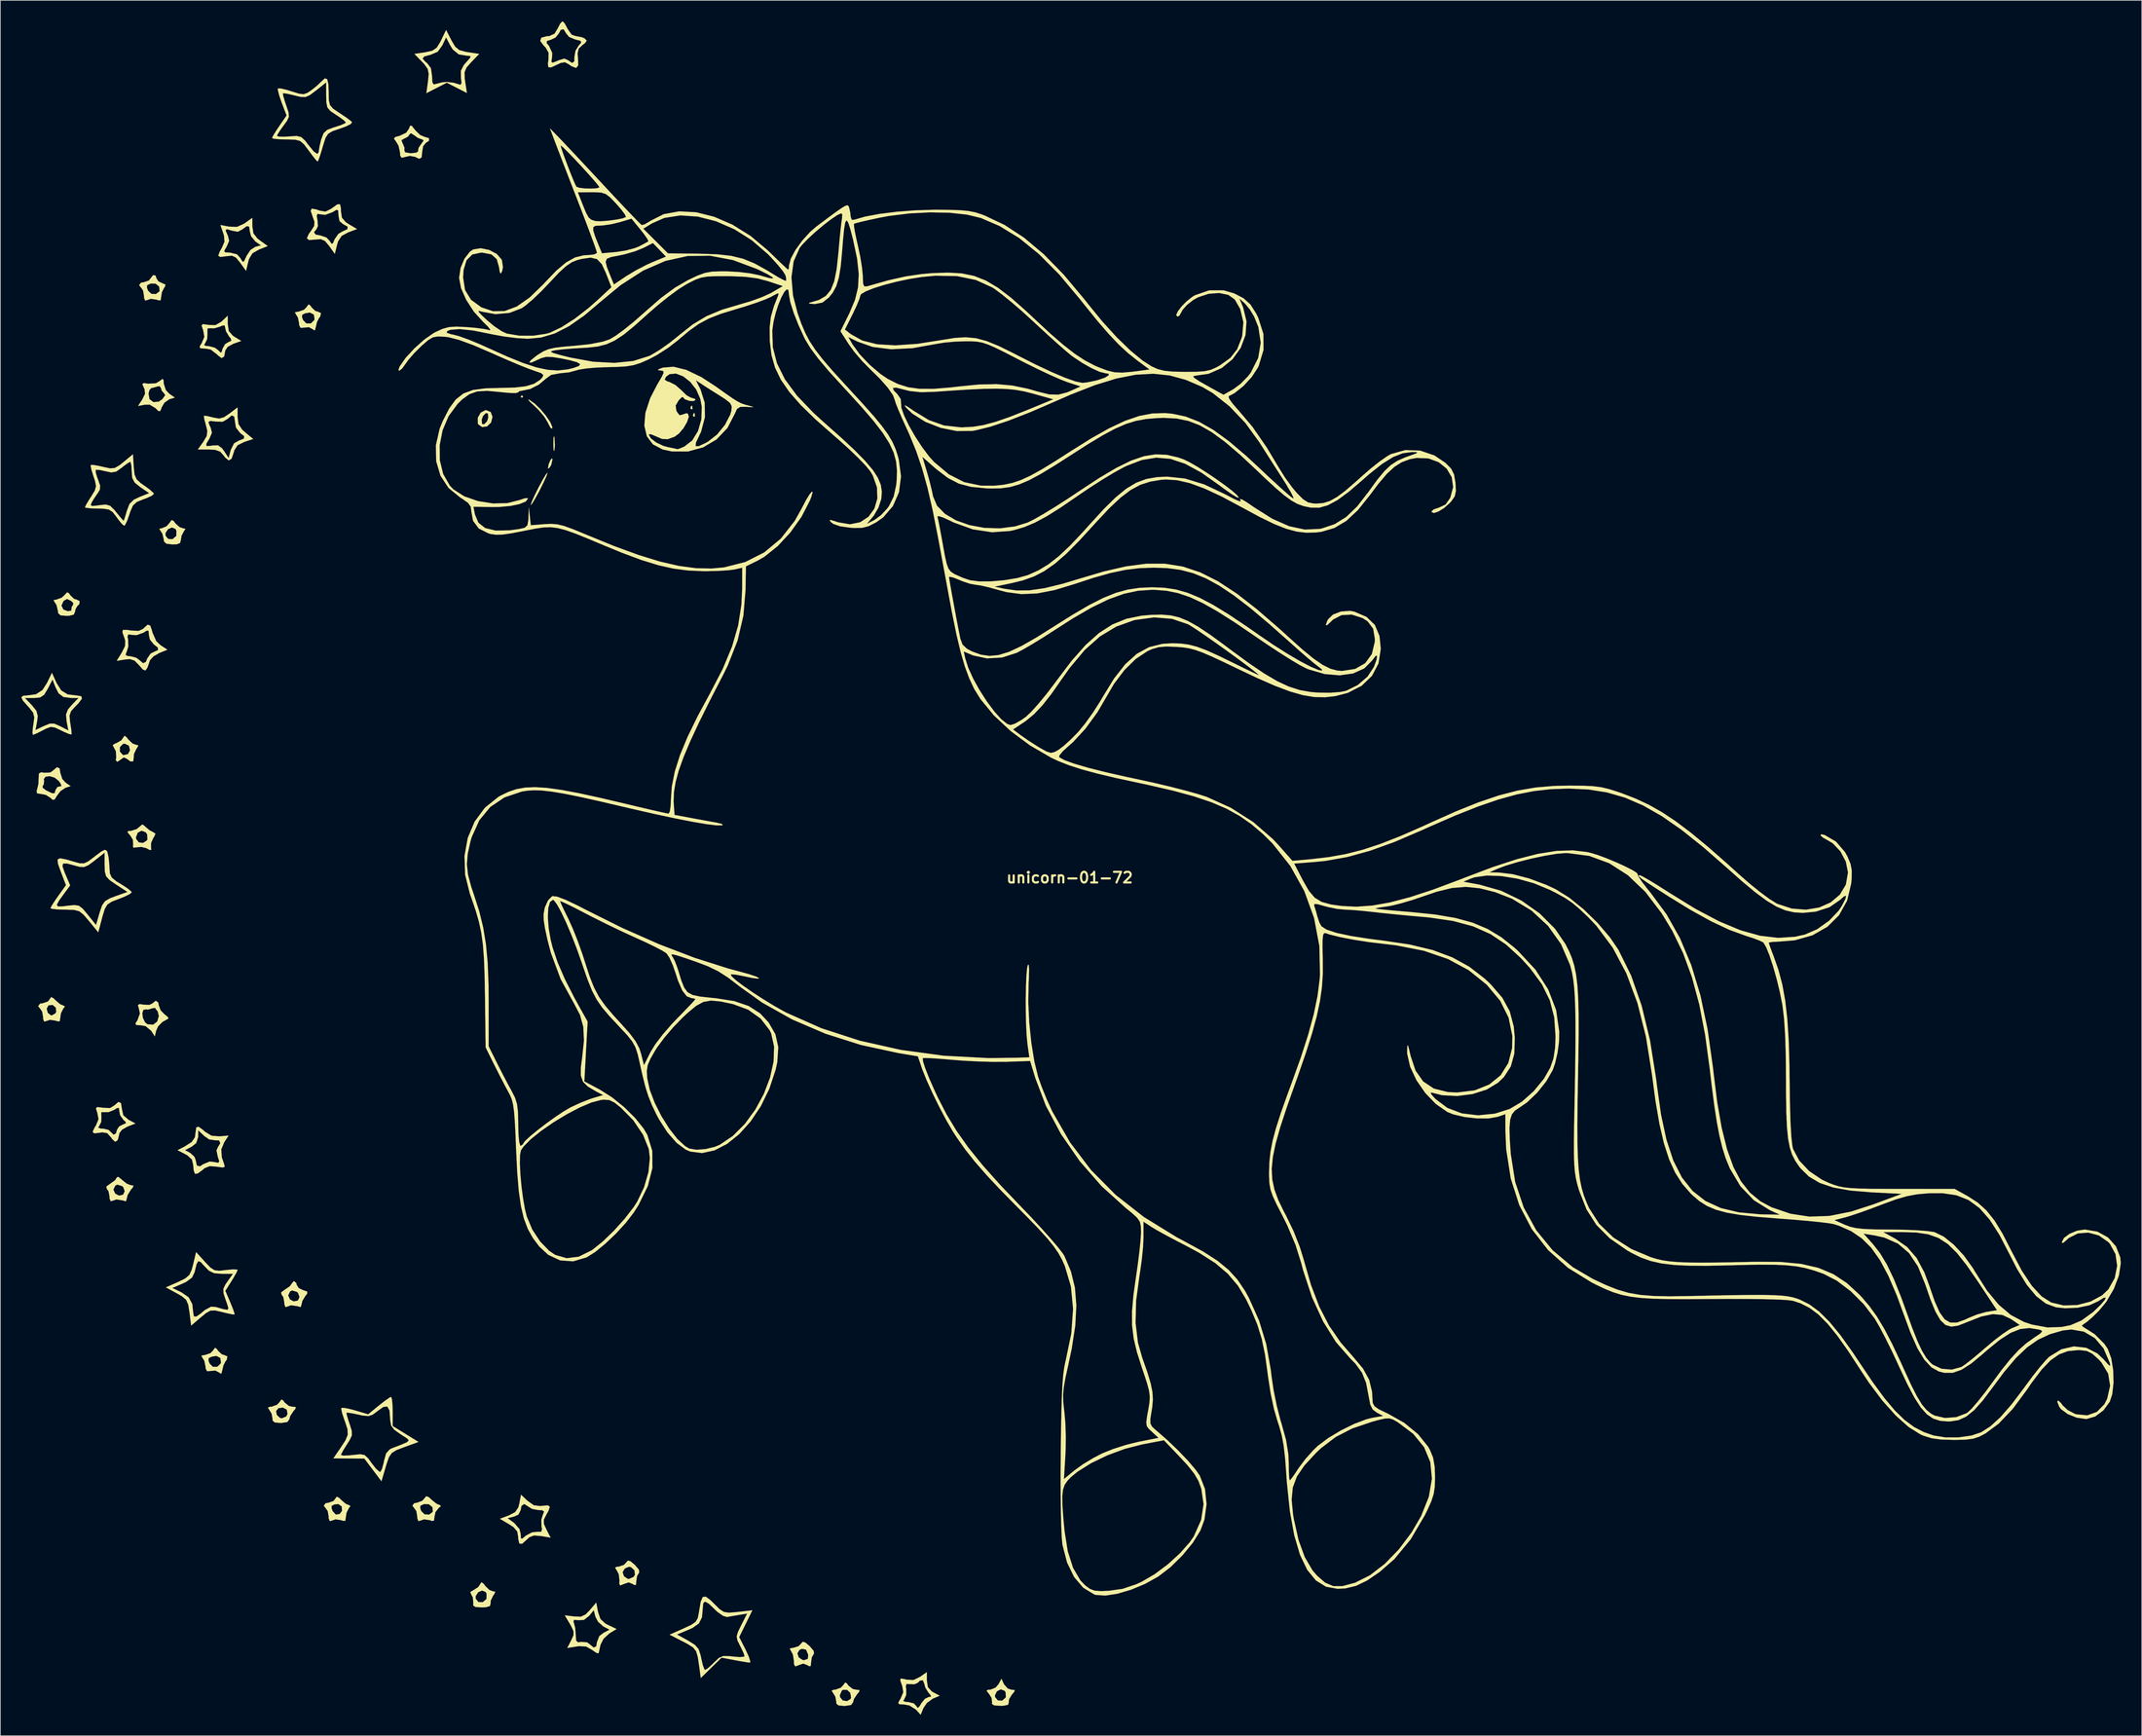
<source format=kicad_pcb>
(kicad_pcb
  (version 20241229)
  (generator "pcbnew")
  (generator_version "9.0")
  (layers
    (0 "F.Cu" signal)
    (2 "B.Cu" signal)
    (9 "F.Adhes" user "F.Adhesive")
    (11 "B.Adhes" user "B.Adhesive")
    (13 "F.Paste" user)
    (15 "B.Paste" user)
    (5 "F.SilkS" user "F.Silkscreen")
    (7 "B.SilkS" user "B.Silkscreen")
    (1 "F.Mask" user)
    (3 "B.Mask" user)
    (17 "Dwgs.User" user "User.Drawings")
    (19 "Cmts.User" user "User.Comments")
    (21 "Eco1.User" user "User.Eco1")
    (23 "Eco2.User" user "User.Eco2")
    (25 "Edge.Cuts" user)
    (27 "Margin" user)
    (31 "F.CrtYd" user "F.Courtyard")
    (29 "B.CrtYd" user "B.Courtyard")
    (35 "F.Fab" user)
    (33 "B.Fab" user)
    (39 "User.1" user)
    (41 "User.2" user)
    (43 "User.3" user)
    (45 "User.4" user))
  (footprint "unicorn-01-72"
    (layer "F.Cu")
    (at 150.234 122.772)
    (property "Reference" "unicorn-01-72" (at 0 0 0) (layer "F.SilkS") (effects (font (size 1.524 1.524) (thickness 0.3))))
    (attr through_hole)
    (fp_poly (pts (xy -78.317 -68.968) (xy -78.493 -68.792) (xy -78.669 -68.968) (xy -78.493 -69.144) (xy -78.317 -68.968)) (stroke (width 0.01) (type solid)) (fill yes) (layer "F.SilkS"))
    (fp_poly (pts (xy -54.093 -67.616) (xy -54.05 -67.197) (xy -54.093 -67.145) (xy -54.302 -67.194) (xy -54.328 -67.381) (xy -54.199 -67.671) (xy -54.093 -67.616)) (stroke (width 0.01) (type solid)) (fill yes) (layer "F.SilkS"))
    (fp_poly (pts (xy -53.74 -66.557) (xy -53.698 -66.139) (xy -53.74 -66.087) (xy -53.95 -66.135) (xy -53.975 -66.322) (xy -53.846 -66.613) (xy -53.74 -66.557)) (stroke (width 0.01) (type solid)) (fill yes) (layer "F.SilkS"))
    (fp_poly (pts (xy -74.114 -59.972) (xy -74.28 -59.219) (xy -74.436 -58.914) (xy -74.707 -58.632) (xy -74.759 -58.737) (xy -74.64 -59.307) (xy -74.417 -59.84) (xy -74.203 -60.117) (xy -74.114 -59.972)) (stroke (width 0.01) (type solid)) (fill yes) (layer "F.SilkS"))
    (fp_poly (pts (xy -73.83 -63.054) (xy -73.772 -62.011) (xy -73.835 -61.29) (xy -73.918 -61.148) (xy -73.971 -61.611) (xy -73.982 -62.265) (xy -73.956 -63.066) (xy -73.893 -63.3) (xy -73.83 -63.054)) (stroke (width 0.01) (type solid)) (fill yes) (layer "F.SilkS"))
    (fp_poly (pts (xy -77.435 -68.512) (xy -76.656 -67.958) (xy -75.812 -67.13) (xy -75.028 -66.191) (xy -74.429 -65.298) (xy -74.138 -64.611) (xy -74.184 -64.34) (xy -74.406 -64.516) (xy -74.742 -65.155) (xy -74.79 -65.267) (xy -75.322 -66.132) (xy -76.175 -67.125) (xy -76.69 -67.614) (xy -77.35 -68.228) (xy -77.596 -68.541) (xy -77.435 -68.512)) (stroke (width 0.01) (type solid)) (fill yes) (layer "F.SilkS"))
    (fp_poly (pts (xy -74.823 -58.032) (xy -74.977 -57.565) (xy -75.383 -56.664) (xy -75.957 -55.514) (xy -76.024 -55.386) (xy -76.596 -54.335) (xy -77.021 -53.639) (xy -77.218 -53.422) (xy -77.224 -53.446) (xy -77.07 -53.913) (xy -76.664 -54.814) (xy -76.09 -55.964) (xy -76.024 -56.092) (xy -75.451 -57.143) (xy -75.027 -57.839) (xy -74.829 -58.055) (xy -74.823 -58.032)) (stroke (width 0.01) (type solid)) (fill yes) (layer "F.SilkS"))
    (fp_poly (pts (xy -82.964 -66.751) (xy -82.706 -66.064) (xy -82.916 -65.238) (xy -83.489 -64.691) (xy -84.192 -64.598) (xy -84.738 -64.977) (xy -84.804 -65.113) (xy -84.812 -65.638) (xy -84.255 -65.638) (xy -84.21 -65.039) (xy -83.903 -64.988) (xy -83.485 -65.423) (xy -83.314 -65.948) (xy -83.359 -66.547) (xy -83.667 -66.598) (xy -84.084 -66.163) (xy -84.255 -65.638) (xy -84.812 -65.638) (xy -84.816 -65.928) (xy -84.392 -66.664) (xy -83.714 -67.024) (xy -83.634 -67.028) (xy -82.964 -66.751)) (stroke (width 0.01) (type solid)) (fill yes) (layer "F.SilkS"))
    (fp_poly (pts (xy -128.419 -51.149) (xy -128.144 -50.777) (xy -127.539 -50.237) (xy -127.086 -50.094) (xy -126.713 -49.998) (xy -126.929 -49.671) (xy -127.281 -48.985) (xy -127.353 -48.498) (xy -127.471 -47.989) (xy -127.955 -47.791) (xy -128.586 -47.775) (xy -129.438 -47.874) (xy -129.781 -48.198) (xy -129.821 -48.525) (xy -129.943 -49.025) (xy -129.569 -49.025) (xy -129.17 -48.547) (xy -128.556 -48.526) (xy -128.049 -48.96) (xy -128.014 -49.036) (xy -128.003 -49.741) (xy -128.132 -49.99) (xy -128.644 -50.204) (xy -129.208 -49.957) (xy -129.565 -49.424) (xy -129.569 -49.025) (xy -129.943 -49.025) (xy -130.018 -49.329) (xy -130.246 -49.671) (xy -130.453 -50.013) (xy -130.072 -50.094) (xy -129.424 -50.369) (xy -129.049 -50.777) (xy -128.699 -51.254) (xy -128.419 -51.149)) (stroke (width 0.01) (type solid)) (fill yes) (layer "F.SilkS"))
    (fp_poly (pts (xy -135.847 43.281) (xy -135.806 43.325) (xy -135.105 43.885) (xy -134.516 44.097) (xy -134.145 44.153) (xy -134.266 44.439) (xy -134.53 44.742) (xy -134.99 45.486) (xy -135.114 45.995) (xy -135.242 46.404) (xy -135.722 46.261) (xy -136.619 46.129) (xy -136.957 46.256) (xy -137.421 46.391) (xy -137.576 45.998) (xy -137.583 45.718) (xy -137.731 44.953) (xy -137.893 44.726) (xy -137.037 44.726) (xy -136.771 45.307) (xy -136.23 45.588) (xy -135.644 45.457) (xy -135.408 44.955) (xy -135.616 44.368) (xy -135.783 44.215) (xy -136.477 44.005) (xy -136.768 44.152) (xy -137.037 44.726) (xy -137.893 44.726) (xy -137.986 44.595) (xy -138.039 44.28) (xy -137.457 43.858) (xy -136.791 43.385) (xy -136.525 42.961) (xy -136.327 42.893) (xy -135.847 43.281)) (stroke (width 0.01) (type solid)) (fill yes) (layer "F.SilkS"))
    (fp_poly (pts (xy -112.667 74.992) (xy -112.519 75.23) (xy -111.887 75.74) (xy -111.406 75.847) (xy -110.899 75.895) (xy -110.958 76.157) (xy -111.247 76.492) (xy -111.704 77.196) (xy -111.831 77.657) (xy -112.111 78.042) (xy -112.993 78.175) (xy -113.076 78.176) (xy -113.925 78.097) (xy -114.227 77.814) (xy -114.222 77.595) (xy -114.352 76.862) (xy -114.588 76.464) (xy -113.724 76.464) (xy -113.622 77.025) (xy -113.168 77.448) (xy -112.902 77.513) (xy -112.282 77.261) (xy -112.081 76.904) (xy -112.183 76.263) (xy -112.75 75.965) (xy -113.379 76.057) (xy -113.724 76.464) (xy -114.588 76.464) (xy -114.608 76.431) (xy -114.89 75.985) (xy -114.59 75.852) (xy -114.361 75.847) (xy -113.588 75.572) (xy -113.259 75.23) (xy -112.936 74.8) (xy -112.667 74.992)) (stroke (width 0.01) (type solid)) (fill yes) (layer "F.SilkS"))
    (fp_poly (pts (xy -37.866 109.659) (xy -37.256 110.177) (xy -36.689 110.838) (xy -36.629 111.255) (xy -36.671 111.291) (xy -36.953 111.783) (xy -37.042 112.424) (xy -37.106 113.031) (xy -37.372 113.04) (xy -37.548 112.908) (xy -38.178 112.668) (xy -38.783 112.877) (xy -39.3 113.076) (xy -39.489 112.796) (xy -39.511 112.266) (xy -39.652 111.381) (xy -39.741 111.211) (xy -39.019 111.211) (xy -38.827 111.781) (xy -38.282 112.152) (xy -38.038 112.183) (xy -37.514 111.996) (xy -37.458 111.417) (xy -37.774 110.669) (xy -38.373 110.55) (xy -38.729 110.718) (xy -39.019 111.211) (xy -39.741 111.211) (xy -39.934 110.843) (xy -40.119 110.518) (xy -39.688 110.42) (xy -39.599 110.419) (xy -38.846 110.18) (xy -38.525 109.856) (xy -38.251 109.545) (xy -37.866 109.659)) (stroke (width 0.01) (type solid)) (fill yes) (layer "F.SilkS"))
    (fp_poly (pts (xy -9.415 115.63) (xy -8.878 116.243) (xy -8.358 116.417) (xy -7.881 116.457) (xy -7.924 116.698) (xy -8.278 117.109) (xy -8.688 117.786) (xy -8.728 118.264) (xy -8.827 118.581) (xy -9.502 118.716) (xy -9.927 118.726) (xy -10.824 118.662) (xy -11.141 118.437) (xy -11.111 118.226) (xy -11.177 117.606) (xy -11.427 117.206) (xy -10.705 117.206) (xy -10.683 117.486) (xy -10.283 117.963) (xy -9.67 117.987) (xy -9.173 117.558) (xy -9.141 117.487) (xy -9.166 116.799) (xy -9.312 116.566) (xy -9.865 116.365) (xy -10.419 116.638) (xy -10.705 117.206) (xy -11.427 117.206) (xy -11.511 117.071) (xy -11.896 116.588) (xy -11.745 116.43) (xy -11.356 116.417) (xy -10.624 116.129) (xy -10.187 115.63) (xy -9.766 114.844) (xy -9.415 115.63)) (stroke (width 0.01) (type solid)) (fill yes) (layer "F.SilkS"))
    (fp_poly (pts (xy -145.588 17.314) (xy -145.286 17.62) (xy -144.654 18.155) (xy -144.202 18.344) (xy -143.982 18.466) (xy -144.216 18.768) (xy -144.555 19.441) (xy -144.639 20.02) (xy -144.727 20.594) (xy -145.087 20.592) (xy -145.247 20.509) (xy -146.144 20.377) (xy -146.482 20.503) (xy -146.946 20.638) (xy -147.101 20.245) (xy -147.108 19.965) (xy -147.237 19.213) (xy -147.461 18.874) (xy -147.527 18.79) (xy -146.595 18.79) (xy -146.438 19.388) (xy -145.982 19.745) (xy -145.874 19.756) (xy -145.358 19.473) (xy -145.227 19.252) (xy -145.279 18.637) (xy -145.747 18.245) (xy -146.338 18.305) (xy -146.595 18.79) (xy -147.527 18.79) (xy -147.809 18.428) (xy -147.548 18.073) (xy -147.097 17.992) (xy -146.415 17.754) (xy -146.171 17.444) (xy -145.949 17.126) (xy -145.588 17.314)) (stroke (width 0.01) (type solid)) (fill yes) (layer "F.SilkS"))
    (fp_poly (pts (xy -104.666 88.928) (xy -104.364 89.234) (xy -103.732 89.769) (xy -103.28 89.958) (xy -103.06 90.08) (xy -103.293 90.382) (xy -103.632 91.055) (xy -103.717 91.634) (xy -103.804 92.208) (xy -104.165 92.205) (xy -104.325 92.122) (xy -105.222 91.99) (xy -105.56 92.117) (xy -106.024 92.252) (xy -106.178 91.859) (xy -106.186 91.579) (xy -106.314 90.827) (xy -106.539 90.487) (xy -106.605 90.403) (xy -105.768 90.403) (xy -105.619 90.811) (xy -105.166 91.312) (xy -104.603 91.232) (xy -104.272 90.78) (xy -104.305 90.14) (xy -104.807 89.796) (xy -105.36 89.852) (xy -105.761 90.057) (xy -105.768 90.403) (xy -106.605 90.403) (xy -106.886 90.042) (xy -106.626 89.687) (xy -106.175 89.606) (xy -105.493 89.367) (xy -105.248 89.058) (xy -105.027 88.74) (xy -104.666 88.928)) (stroke (width 0.01) (type solid)) (fill yes) (layer "F.SilkS"))
    (fp_poly (pts (xy -83.993 101.214) (xy -83.752 101.539) (xy -83.155 102.119) (xy -82.663 102.306) (xy -82.303 102.384) (xy -82.472 102.737) (xy -82.595 102.889) (xy -82.952 103.618) (xy -82.982 104.043) (xy -83.078 104.427) (xy -83.638 104.592) (xy -84.251 104.615) (xy -85.133 104.561) (xy -85.471 104.346) (xy -85.453 103.987) (xy -85.504 103.375) (xy -85.119 103.375) (xy -84.72 103.853) (xy -84.106 103.874) (xy -83.599 103.44) (xy -83.564 103.364) (xy -83.553 102.659) (xy -83.682 102.41) (xy -84.194 102.196) (xy -84.758 102.443) (xy -85.115 102.976) (xy -85.119 103.375) (xy -85.504 103.375) (xy -85.519 103.192) (xy -85.702 102.863) (xy -85.895 102.429) (xy -85.461 102.158) (xy -85.423 102.145) (xy -84.744 101.7) (xy -84.511 101.349) (xy -84.295 101.008) (xy -83.993 101.214)) (stroke (width 0.01) (type solid)) (fill yes) (layer "F.SilkS"))
    (fp_poly (pts (xy -31.881 115.561) (xy -31.732 115.799) (xy -31.101 116.309) (xy -30.619 116.417) (xy -30.113 116.464) (xy -30.172 116.727) (xy -30.461 117.062) (xy -30.918 117.765) (xy -31.044 118.226) (xy -31.325 118.612) (xy -32.207 118.744) (xy -32.289 118.745) (xy -33.139 118.667) (xy -33.441 118.383) (xy -33.436 118.164) (xy -33.566 117.432) (xy -33.71 117.188) (xy -32.93 117.188) (xy -32.909 117.479) (xy -32.516 117.96) (xy -31.904 118.058) (xy -31.408 117.76) (xy -31.318 117.54) (xy -31.429 116.865) (xy -31.9 116.432) (xy -32.482 116.428) (xy -32.643 116.54) (xy -32.93 117.188) (xy -33.71 117.188) (xy -33.822 117) (xy -34.104 116.554) (xy -33.804 116.422) (xy -33.575 116.417) (xy -32.802 116.142) (xy -32.473 115.799) (xy -32.15 115.37) (xy -31.881 115.561)) (stroke (width 0.01) (type solid)) (fill yes) (layer "F.SilkS"))
    (fp_poly (pts (xy -143.384 -40.755) (xy -143.21 -40.481) (xy -142.677 -39.97) (xy -142.328 -39.864) (xy -141.869 -39.648) (xy -141.926 -39.2) (xy -142.169 -38.982) (xy -142.477 -38.479) (xy -142.522 -38.15) (xy -142.707 -37.716) (xy -143.366 -37.547) (xy -143.757 -37.536) (xy -144.603 -37.611) (xy -144.946 -37.915) (xy -144.992 -38.276) (xy -145.163 -39.002) (xy -144.484 -39.002) (xy -144.201 -38.429) (xy -143.564 -38.196) (xy -143.079 -38.275) (xy -143.05 -38.45) (xy -142.988 -38.881) (xy -142.86 -38.991) (xy -142.765 -39.344) (xy -143.099 -39.678) (xy -143.682 -39.953) (xy -144.167 -39.68) (xy -144.177 -39.671) (xy -144.484 -39.002) (xy -145.163 -39.002) (xy -145.183 -39.086) (xy -145.415 -39.441) (xy -145.614 -39.777) (xy -145.189 -39.864) (xy -144.457 -40.125) (xy -144.06 -40.481) (xy -143.662 -40.906) (xy -143.384 -40.755)) (stroke (width 0.01) (type solid)) (fill yes) (layer "F.SilkS"))
    (fp_poly (pts (xy -110.811 58.141) (xy -110.772 58.378) (xy -110.471 58.843) (xy -109.874 59.126) (xy -109.264 59.337) (xy -109.26 59.637) (xy -109.521 59.954) (xy -109.962 60.691) (xy -110.067 61.159) (xy -110.197 61.565) (xy -110.692 61.427) (xy -110.693 61.426) (xy -111.597 61.301) (xy -111.928 61.431) (xy -112.378 61.567) (xy -112.529 61.171) (xy -112.536 60.893) (xy -112.683 60.125) (xy -112.846 59.896) (xy -111.99 59.896) (xy -111.724 60.477) (xy -111.183 60.758) (xy -110.596 60.627) (xy -110.361 60.125) (xy -110.569 59.537) (xy -110.736 59.384) (xy -111.43 59.174) (xy -111.72 59.322) (xy -111.99 59.896) (xy -112.846 59.896) (xy -112.939 59.765) (xy -112.992 59.45) (xy -112.41 59.027) (xy -111.745 58.576) (xy -111.478 58.197) (xy -111.209 57.865) (xy -111.125 57.856) (xy -110.811 58.141)) (stroke (width 0.01) (type solid)) (fill yes) (layer "F.SilkS"))
    (fp_poly (pts (xy -62.913 98.018) (xy -62.303 98.536) (xy -61.736 99.196) (xy -61.677 99.614) (xy -61.719 99.649) (xy -62 100.142) (xy -62.089 100.782) (xy -62.154 101.389) (xy -62.419 101.399) (xy -62.596 101.266) (xy -63.197 101.024) (xy -63.859 101.251) (xy -64.407 101.474) (xy -64.542 101.193) (xy -64.503 100.795) (xy -64.602 99.887) (xy -64.761 99.571) (xy -64.06 99.571) (xy -63.875 100.15) (xy -63.349 100.517) (xy -63.147 100.542) (xy -62.495 100.253) (xy -62.291 99.953) (xy -62.354 99.308) (xy -62.857 98.846) (xy -63.147 98.789) (xy -63.564 98.952) (xy -63.777 99.076) (xy -64.06 99.571) (xy -64.761 99.571) (xy -64.87 99.356) (xy -65.148 98.913) (xy -64.839 98.782) (xy -64.619 98.778) (xy -63.876 98.53) (xy -63.573 98.214) (xy -63.298 97.903) (xy -62.913 98.018)) (stroke (width 0.01) (type solid)) (fill yes) (layer "F.SilkS"))
    (fp_poly (pts (xy -135.119 -20.106) (xy -134.905 -19.816) (xy -134.307 -19.237) (xy -133.816 -19.05) (xy -133.456 -18.972) (xy -133.625 -18.619) (xy -133.748 -18.467) (xy -134.1 -17.697) (xy -134.122 -17.232) (xy -134.193 -16.67) (xy -134.614 -16.67) (xy -135.043 -17.004) (xy -135.523 -17.246) (xy -135.89 -17.004) (xy -136.452 -16.607) (xy -136.687 -16.809) (xy -136.627 -17.288) (xy -136.674 -18.074) (xy -136.107 -18.074) (xy -135.698 -17.61) (xy -135.555 -17.565) (xy -134.945 -17.714) (xy -134.645 -18.261) (xy -134.808 -18.912) (xy -134.831 -18.941) (xy -135.411 -19.21) (xy -135.669 -19.168) (xy -136.105 -18.709) (xy -136.107 -18.074) (xy -136.674 -18.074) (xy -136.677 -18.126) (xy -136.894 -18.541) (xy -137.136 -18.988) (xy -136.774 -19.232) (xy -136.607 -19.279) (xy -135.912 -19.674) (xy -135.655 -20.028) (xy -135.438 -20.343) (xy -135.119 -20.106)) (stroke (width 0.01) (type solid)) (fill yes) (layer "F.SilkS"))
    (fp_poly (pts (xy -132.546 -7.407) (xy -132.487 -7.33) (xy -131.842 -6.782) (xy -131.458 -6.589) (xy -131.014 -6.318) (xy -131.169 -5.903) (xy -131.282 -5.762) (xy -131.632 -4.993) (xy -131.652 -4.532) (xy -131.608 -3.986) (xy -131.871 -3.977) (xy -132.289 -4.224) (xy -133.035 -4.41) (xy -133.616 -4.356) (xy -134.183 -4.298) (xy -134.235 -4.615) (xy -134.193 -4.736) (xy -134.244 -5.44) (xy -134.479 -5.821) (xy -133.799 -5.821) (xy -133.778 -5.556) (xy -133.4 -5.056) (xy -132.777 -4.976) (xy -132.239 -5.329) (xy -132.154 -5.494) (xy -132.193 -6.19) (xy -132.401 -6.51) (xy -132.994 -6.734) (xy -133.541 -6.449) (xy -133.799 -5.821) (xy -134.479 -5.821) (xy -134.597 -6.01) (xy -135.011 -6.514) (xy -134.916 -6.685) (xy -134.506 -6.703) (xy -133.689 -6.961) (xy -133.324 -7.264) (xy -132.899 -7.63) (xy -132.546 -7.407)) (stroke (width 0.01) (type solid)) (fill yes) (layer "F.SilkS"))
    (fp_poly (pts (xy -122.192 67.583) (xy -122.044 67.822) (xy -121.51 68.333) (xy -121.162 68.439) (xy -120.693 68.637) (xy -120.803 69.133) (xy -120.973 69.338) (xy -121.268 69.927) (xy -121.414 70.556) (xy -121.564 71.117) (xy -121.8 71.021) (xy -121.835 70.968) (xy -122.419 70.66) (xy -122.982 70.71) (xy -123.612 70.762) (xy -123.816 70.357) (xy -123.825 70.104) (xy -123.998 69.272) (xy -124.026 69.226) (xy -123.41 69.226) (xy -123.258 69.645) (xy -122.786 70.128) (xy -122.147 70.126) (xy -121.662 69.663) (xy -121.612 69.52) (xy -121.703 68.86) (xy -122.269 68.56) (xy -122.943 68.664) (xy -123.388 68.882) (xy -123.41 69.226) (xy -124.026 69.226) (xy -124.248 68.862) (xy -124.433 68.538) (xy -124.002 68.44) (xy -123.913 68.439) (xy -123.132 68.174) (xy -122.784 67.822) (xy -122.461 67.392) (xy -122.192 67.583)) (stroke (width 0.01) (type solid)) (fill yes) (layer "F.SilkS"))
    (fp_poly (pts (xy -108.786 -81.994) (xy -108.638 -81.756) (xy -108.105 -81.245) (xy -107.756 -81.139) (xy -107.287 -80.941) (xy -107.397 -80.445) (xy -107.567 -80.239) (xy -107.862 -79.651) (xy -108.009 -79.022) (xy -108.158 -78.46) (xy -108.394 -78.557) (xy -108.43 -78.61) (xy -109.013 -78.918) (xy -109.576 -78.868) (xy -110.207 -78.816) (xy -110.41 -79.221) (xy -110.419 -79.474) (xy -110.592 -80.305) (xy -110.62 -80.352) (xy -110.004 -80.352) (xy -109.853 -79.933) (xy -109.38 -79.45) (xy -108.741 -79.451) (xy -108.256 -79.915) (xy -108.207 -80.058) (xy -108.298 -80.718) (xy -108.864 -81.017) (xy -109.537 -80.914) (xy -109.982 -80.695) (xy -110.004 -80.352) (xy -110.62 -80.352) (xy -110.843 -80.716) (xy -111.027 -81.04) (xy -110.596 -81.138) (xy -110.508 -81.139) (xy -109.726 -81.404) (xy -109.379 -81.756) (xy -109.055 -82.186) (xy -108.786 -81.994)) (stroke (width 0.01) (type solid)) (fill yes) (layer "F.SilkS"))
    (fp_poly (pts (xy -91.849 88.804) (xy -91.417 89.205) (xy -90.74 89.75) (xy -90.223 89.969) (xy -90.109 90.112) (xy -90.399 90.339) (xy -90.878 90.944) (xy -91.017 91.581) (xy -91.096 92.188) (xy -91.427 92.222) (xy -91.625 92.122) (xy -92.522 91.99) (xy -92.86 92.117) (xy -93.324 92.252) (xy -93.478 91.859) (xy -93.486 91.579) (xy -93.614 90.827) (xy -93.839 90.487) (xy -93.917 90.386) (xy -93.073 90.386) (xy -92.919 90.811) (xy -92.448 91.276) (xy -91.785 91.321) (xy -91.281 90.933) (xy -91.252 90.866) (xy -91.312 90.244) (xy -91.823 89.822) (xy -92.53 89.803) (xy -92.559 89.814) (xy -93.039 90.043) (xy -93.073 90.386) (xy -93.917 90.386) (xy -94.186 90.039) (xy -93.925 89.682) (xy -93.504 89.606) (xy -92.772 89.336) (xy -92.493 89.029) (xy -92.209 88.681) (xy -91.849 88.804)) (stroke (width 0.01) (type solid)) (fill yes) (layer "F.SilkS"))
    (fp_poly (pts (xy -130.992 -86.326) (xy -130.881 -85.943) (xy -130.583 -85.483) (xy -130.093 -85.249) (xy -129.568 -85.018) (xy -129.668 -84.683) (xy -129.74 -84.608) (xy -130.089 -83.924) (xy -130.175 -83.344) (xy -130.263 -82.77) (xy -130.623 -82.772) (xy -130.783 -82.855) (xy -131.68 -82.987) (xy -132.018 -82.86) (xy -132.482 -82.726) (xy -132.637 -83.119) (xy -132.644 -83.399) (xy -132.773 -84.151) (xy -132.997 -84.49) (xy -133.076 -84.592) (xy -132.231 -84.592) (xy -132.078 -84.166) (xy -131.607 -83.701) (xy -130.944 -83.657) (xy -130.44 -84.045) (xy -130.41 -84.112) (xy -130.47 -84.733) (xy -130.981 -85.156) (xy -131.689 -85.175) (xy -131.718 -85.164) (xy -132.198 -84.934) (xy -132.231 -84.592) (xy -133.076 -84.592) (xy -133.345 -84.936) (xy -133.084 -85.29) (xy -132.633 -85.372) (xy -131.955 -85.602) (xy -131.714 -85.901) (xy -131.351 -86.372) (xy -130.992 -86.326)) (stroke (width 0.01) (type solid)) (fill yes) (layer "F.SilkS"))
    (fp_poly (pts (xy -130.605 17.896) (xy -130.528 18.324) (xy -130.258 19.034) (xy -129.755 19.551) (xy -129.241 19.976) (xy -129.138 20.188) (xy -129.537 20.418) (xy -129.991 20.671) (xy -130.624 21.309) (xy -130.895 21.906) (xy -131.101 22.754) (xy -131.605 21.96) (xy -132.418 21.287) (xy -133.102 21.167) (xy -133.779 21.123) (xy -133.86 20.875) (xy -133.571 20.418) (xy -133.233 19.481) (xy -133.24 19.445) (xy -132.895 19.445) (xy -132.807 20.117) (xy -132.5 20.735) (xy -132.15 21.019) (xy -131.344 21.079) (xy -130.747 20.627) (xy -130.517 19.855) (xy -130.671 19.199) (xy -131.092 18.657) (xy -131.449 18.73) (xy -132.108 18.923) (xy -132.335 18.877) (xy -132.744 18.954) (xy -132.895 19.445) (xy -133.24 19.445) (xy -133.362 18.842) (xy -133.52 18.271) (xy -133.265 18.123) (xy -132.674 18.215) (xy -131.86 18.241) (xy -131.432 18.027) (xy -130.968 17.651) (xy -130.605 17.896)) (stroke (width 0.01) (type solid)) (fill yes) (layer "F.SilkS"))
    (fp_poly (pts (xy -129.836 -71.283) (xy -129.822 -70.83) (xy -129.516 -69.889) (xy -129.028 -69.377) (xy -128.235 -68.819) (xy -129.011 -68.592) (xy -129.714 -68.101) (xy -130.079 -67.493) (xy -130.324 -66.889) (xy -130.602 -66.906) (xy -130.987 -67.303) (xy -131.834 -67.816) (xy -132.554 -67.803) (xy -133.504 -67.622) (xy -132.888 -68.563) (xy -132.491 -69.371) (xy -132.495 -69.409) (xy -132.003 -69.409) (xy -131.86 -68.593) (xy -131.299 -68.172) (xy -130.535 -68.236) (xy -130.028 -68.586) (xy -129.609 -69.165) (xy -129.756 -69.416) (xy -130.132 -69.842) (xy -130.175 -70.094) (xy -130.397 -70.466) (xy -130.733 -70.417) (xy -131.389 -70.227) (xy -131.59 -70.203) (xy -131.867 -69.903) (xy -132.003 -69.409) (xy -132.495 -69.409) (xy -132.57 -70.043) (xy -132.672 -70.255) (xy -132.892 -70.77) (xy -132.662 -70.902) (xy -132.065 -70.81) (xy -130.94 -70.871) (xy -130.44 -71.169) (xy -129.988 -71.507) (xy -129.836 -71.283)) (stroke (width 0.01) (type solid)) (fill yes) (layer "F.SilkS"))
    (fp_poly (pts (xy -144.741 -15.654) (xy -144.639 -15.013) (xy -144.364 -14.15) (xy -143.903 -13.635) (xy -143.166 -13.12) (xy -143.904 -12.886) (xy -144.618 -12.407) (xy -145.105 -11.768) (xy -145.474 -11.184) (xy -145.779 -11.179) (xy -146.028 -11.439) (xy -146.726 -11.875) (xy -147.366 -11.994) (xy -147.979 -12.088) (xy -148.03 -12.459) (xy -147.969 -12.612) (xy -147.904 -12.893) (xy -147.176 -12.893) (xy -146.699 -12.518) (xy -145.856 -12.11) (xy -145.451 -12.106) (xy -145.344 -12.508) (xy -145.344 -12.524) (xy -145.061 -12.987) (xy -144.799 -13.053) (xy -144.471 -13.13) (xy -144.585 -13.472) (xy -144.871 -13.872) (xy -145.46 -14.346) (xy -146.161 -14.55) (xy -146.752 -14.478) (xy -147.011 -14.13) (xy -146.968 -13.901) (xy -147.016 -13.342) (xy -147.155 -13.2) (xy -147.176 -12.893) (xy -147.904 -12.893) (xy -147.78 -13.426) (xy -147.744 -14.235) (xy -147.705 -14.933) (xy -147.379 -15.109) (xy -146.961 -15.032) (xy -146.064 -15.075) (xy -145.694 -15.349) (xy -145.108 -15.833) (xy -144.741 -15.654)) (stroke (width 0.01) (type solid)) (fill yes) (layer "F.SilkS"))
    (fp_poly (pts (xy -94.273 -107.777) (xy -93.824 -107.215) (xy -93.765 -107.134) (xy -93.094 -106.475) (xy -92.422 -106.187) (xy -92.398 -106.186) (xy -91.81 -106.009) (xy -91.821 -105.631) (xy -92.251 -105.353) (xy -92.648 -104.866) (xy -92.781 -104.081) (xy -92.869 -103.258) (xy -93.204 -103.053) (xy -93.809 -103.338) (xy -94.558 -103.472) (xy -95.132 -103.342) (xy -95.731 -103.198) (xy -95.937 -103.522) (xy -95.956 -103.962) (xy -96.162 -104.916) (xy -96.509 -105.508) (xy -96.674 -105.734) (xy -95.757 -105.734) (xy -95.62 -105.326) (xy -95.582 -105.279) (xy -95.316 -104.627) (xy -95.349 -104.321) (xy -95.239 -103.984) (xy -94.52 -103.86) (xy -94.353 -103.858) (xy -93.62 -103.935) (xy -93.353 -104.126) (xy -93.367 -104.162) (xy -93.3 -104.619) (xy -92.937 -105.15) (xy -92.571 -105.665) (xy -92.754 -105.833) (xy -92.786 -105.833) (xy -93.395 -106.054) (xy -93.899 -106.417) (xy -94.376 -106.723) (xy -94.544 -106.617) (xy -94.837 -106.217) (xy -95.269 -106.004) (xy -95.757 -105.734) (xy -96.674 -105.734) (xy -96.827 -105.945) (xy -96.639 -106.182) (xy -95.996 -106.354) (xy -95.074 -106.792) (xy -94.692 -107.335) (xy -94.504 -107.805) (xy -94.273 -107.777)) (stroke (width 0.01) (type solid)) (fill yes) (layer "F.SilkS"))
    (fp_poly (pts (xy -20.461 115.098) (xy -20.312 116.064) (xy -19.754 116.666) (xy -19.538 116.791) (xy -18.616 117.285) (xy -19.588 117.683) (xy -20.447 118.304) (xy -20.956 119.046) (xy -21.35 120.011) (xy -22.019 119.272) (xy -22.952 118.678) (xy -23.731 118.533) (xy -24.443 118.496) (xy -24.556 118.256) (xy -24.425 118.035) (xy -23.849 118.035) (xy -23.511 118.17) (xy -23.139 118.181) (xy -22.333 118.383) (xy -21.983 118.754) (xy -21.772 119.051) (xy -21.49 118.781) (xy -21.277 118.402) (xy -20.751 117.734) (xy -20.219 117.475) (xy -19.844 117.42) (xy -19.963 117.137) (xy -20.23 116.83) (xy -20.69 116.095) (xy -20.814 115.595) (xy -21.02 115.073) (xy -21.463 115.109) (xy -21.716 115.392) (xy -22.208 115.631) (xy -22.79 115.618) (xy -23.386 115.59) (xy -23.485 115.964) (xy -23.414 116.295) (xy -23.416 117.153) (xy -23.64 117.656) (xy -23.849 118.035) (xy -24.425 118.035) (xy -24.208 117.668) (xy -23.835 116.77) (xy -23.991 115.881) (xy -24.271 115.092) (xy -24.208 114.814) (xy -23.694 114.894) (xy -23.372 114.983) (xy -22.359 115.03) (xy -21.431 114.576) (xy -20.461 113.899) (xy -20.461 115.098)) (stroke (width 0.01) (type solid)) (fill yes) (layer "F.SilkS"))
    (fp_poly (pts (xy -67.591 105.247) (xy -67.242 106.279) (xy -66.53 106.936) (xy -66.135 107.144) (xy -64.927 107.72) (xy -65.968 108.353) (xy -66.795 109.116) (xy -67.226 109.968) (xy -67.403 110.762) (xy -67.5 111.186) (xy -67.773 111.157) (xy -68.363 110.767) (xy -68.43 110.713) (xy -69.278 110.228) (xy -70.287 110.168) (xy -70.647 110.217) (xy -71.991 110.432) (xy -71.429 109.344) (xy -71.098 108.595) (xy -71.098 108.013) (xy -71.455 107.261) (xy -71.604 107.005) (xy -71.806 106.663) (xy -71.111 106.663) (xy -71.036 106.848) (xy -70.851 107.597) (xy -70.778 108.59) (xy -70.726 109.373) (xy -70.463 109.627) (xy -70.006 109.564) (xy -69.152 109.626) (xy -68.789 109.894) (xy -68.201 110.377) (xy -67.833 110.203) (xy -67.733 109.597) (xy -67.402 108.741) (xy -66.834 108.293) (xy -65.934 107.812) (xy -66.829 107.343) (xy -67.583 106.669) (xy -67.959 105.94) (xy -68.193 105.006) (xy -68.847 105.814) (xy -69.615 106.417) (xy -70.401 106.448) (xy -71.024 106.399) (xy -71.111 106.663) (xy -71.806 106.663) (xy -72.343 105.753) (xy -71.008 105.918) (xy -70.045 105.946) (xy -69.365 105.632) (xy -68.756 105.005) (xy -67.839 103.927) (xy -67.591 105.247)) (stroke (width 0.01) (type solid)) (fill yes) (layer "F.SilkS"))
    (fp_poly (pts (xy -124.169 36.184) (xy -123.919 36.414) (xy -122.972 37.001) (xy -121.806 37.087) (xy -120.526 36.977) (xy -121.151 37.93) (xy -121.577 38.957) (xy -121.497 40.113) (xy -121.177 41.035) (xy -121.077 41.439) (xy -121.354 41.556) (xy -122.157 41.443) (xy -122.21 41.433) (xy -123.227 41.352) (xy -123.96 41.646) (xy -124.312 41.941) (xy -124.933 42.395) (xy -125.34 42.463) (xy -125.35 42.454) (xy -125.526 41.958) (xy -125.589 41.225) (xy -125.774 40.406) (xy -126.444 39.802) (xy -126.714 39.653) (xy -127.839 39.071) (xy -127.83 39.067) (xy -126.772 39.067) (xy -126.004 39.478) (xy -125.409 40.031) (xy -125.236 40.523) (xy -125.078 41.275) (xy -124.63 41.393) (xy -124.16 41.082) (xy -123.243 40.702) (xy -122.625 40.769) (xy -121.992 40.883) (xy -121.859 40.655) (xy -122.068 40.023) (xy -122.259 39.104) (xy -122.074 38.678) (xy -121.712 38.068) (xy -121.883 37.669) (xy -122.431 37.649) (xy -123.305 37.529) (xy -124.018 37.026) (xy -124.883 36.213) (xy -124.883 37.145) (xy -125.158 38.045) (xy -125.828 38.572) (xy -126.772 39.067) (xy -127.83 39.067) (xy -126.802 38.534) (xy -125.813 37.906) (xy -125.348 37.224) (xy -125.242 36.424) (xy -125.148 35.79) (xy -124.821 35.711) (xy -124.169 36.184)) (stroke (width 0.01) (type solid)) (fill yes) (layer "F.SilkS"))
    (fp_poly (pts (xy -120.65 -79.342) (xy -120.491 -78.345) (xy -119.899 -77.677) (xy -119.68 -77.533) (xy -118.71 -76.939) (xy -119.856 -76.535) (xy -120.667 -76.091) (xy -121.007 -75.568) (xy -121.008 -75.548) (xy -121.161 -74.702) (xy -121.553 -74.489) (xy -122.118 -74.941) (xy -122.166 -75.003) (xy -123.102 -75.721) (xy -123.85 -75.847) (xy -124.562 -75.885) (xy -124.68 -76.122) (xy -124.553 -76.34) (xy -124.042 -76.34) (xy -123.698 -76.208) (xy -123.382 -76.2) (xy -122.505 -75.976) (xy -122.016 -75.613) (xy -121.635 -75.235) (xy -121.47 -75.484) (xy -121.421 -75.772) (xy -121.03 -76.478) (xy -120.602 -76.744) (xy -120.118 -76.97) (xy -120.215 -77.311) (xy -120.448 -77.583) (xy -120.894 -78.32) (xy -121.003 -78.798) (xy -121.104 -79.197) (xy -121.533 -79.111) (xy -121.744 -79.003) (xy -122.583 -78.75) (xy -123.097 -78.766) (xy -123.532 -78.745) (xy -123.576 -78.244) (xy -123.549 -78.09) (xy -123.594 -77.221) (xy -123.827 -76.727) (xy -124.042 -76.34) (xy -124.553 -76.34) (xy -124.353 -76.682) (xy -123.998 -77.531) (xy -124.162 -78.452) (xy -124.177 -78.491) (xy -124.389 -79.15) (xy -124.217 -79.357) (xy -123.516 -79.26) (xy -123.419 -79.241) (xy -122.41 -79.209) (xy -121.585 -79.681) (xy -121.47 -79.786) (xy -120.65 -80.556) (xy -120.65 -79.342)) (stroke (width 0.01) (type solid)) (fill yes) (layer "F.SilkS"))
    (fp_poly (pts (xy -77.675 89.348) (xy -76.795 89.973) (xy -75.869 90.092) (xy -75.583 90.057) (xy -74.765 89.987) (xy -74.489 90.199) (xy -74.703 90.808) (xy -75.006 91.343) (xy -75.355 92.051) (xy -75.348 92.635) (xy -74.979 93.46) (xy -74.978 93.461) (xy -74.381 94.616) (xy -75.748 94.385) (xy -76.758 94.304) (xy -77.418 94.549) (xy -77.77 94.878) (xy -78.456 95.491) (xy -78.859 95.465) (xy -79.017 94.791) (xy -79.022 94.533) (xy -79.158 93.736) (xy -79.681 93.12) (xy -80.331 92.69) (xy -81.641 91.917) (xy -81.402 91.827) (xy -80.544 91.827) (xy -79.607 92.509) (xy -78.839 93.392) (xy -78.669 94.099) (xy -78.637 94.719) (xy -78.422 94.755) (xy -77.929 94.337) (xy -77.047 93.858) (xy -76.328 93.78) (xy -75.719 93.776) (xy -75.607 93.399) (xy -75.687 93.017) (xy -75.708 92.041) (xy -75.512 91.402) (xy -75.308 90.882) (xy -75.574 90.689) (xy -76.144 90.664) (xy -77.042 90.493) (xy -77.608 90.139) (xy -78.157 89.786) (xy -78.556 90.065) (xy -78.669 90.678) (xy -78.991 91.313) (xy -79.607 91.591) (xy -80.544 91.827) (xy -81.402 91.827) (xy -80.364 91.432) (xy -79.452 90.956) (xy -78.998 90.275) (xy -78.854 89.704) (xy -78.621 88.461) (xy -77.675 89.348)) (stroke (width 0.01) (type solid)) (fill yes) (layer "F.SilkS"))
    (fp_poly (pts (xy -131.75 -36.135) (xy -131.48 -35.34) (xy -131.439 -35.136) (xy -130.892 -33.902) (xy -130.257 -33.308) (xy -129.3 -32.681) (xy -130.457 -32.209) (xy -131.291 -31.727) (xy -131.785 -31.18) (xy -131.806 -31.126) (xy -132.158 -30.101) (xy -132.45 -29.694) (xy -132.813 -29.844) (xy -133.319 -30.421) (xy -134.002 -31.118) (xy -134.679 -31.338) (xy -135.364 -31.277) (xy -136.558 -31.083) (xy -136.029 -31.939) (xy -135.304 -31.939) (xy -134.988 -31.762) (xy -134.64 -31.75) (xy -133.793 -31.542) (xy -133.35 -31.221) (xy -132.773 -30.738) (xy -132.371 -30.932) (xy -132.183 -31.423) (xy -131.711 -32.106) (xy -131.26 -32.346) (xy -130.628 -32.627) (xy -130.674 -33.001) (xy -131.233 -33.432) (xy -131.804 -34.141) (xy -131.939 -34.772) (xy -131.987 -35.389) (xy -132.26 -35.421) (xy -132.709 -35.131) (xy -133.697 -34.769) (xy -134.314 -34.801) (xy -134.902 -34.875) (xy -135.015 -34.548) (xy -134.925 -34.119) (xy -134.9 -33.141) (xy -135.096 -32.488) (xy -135.304 -31.939) (xy -136.029 -31.939) (xy -135.831 -32.261) (xy -135.365 -33.195) (xy -135.331 -33.954) (xy -135.461 -34.381) (xy -135.741 -35.183) (xy -135.669 -35.516) (xy -135.113 -35.522) (xy -134.48 -35.425) (xy -133.42 -35.369) (xy -132.778 -35.66) (xy -132.672 -35.773) (xy -132.124 -36.267) (xy -131.75 -36.135)) (stroke (width 0.01) (type solid)) (fill yes) (layer "F.SilkS"))
    (fp_poly (pts (xy -117.122 -93.358) (xy -116.974 -92.373) (xy -116.41 -91.64) (xy -116.019 -91.337) (xy -114.915 -90.551) (xy -116.166 -90.052) (xy -117.102 -89.521) (xy -117.593 -88.721) (xy -117.721 -88.269) (xy -118.025 -86.985) (xy -118.854 -88.149) (xy -119.468 -88.897) (xy -120.038 -89.165) (xy -120.861 -89.093) (xy -120.872 -89.091) (xy -121.713 -88.982) (xy -122.004 -89.158) (xy -121.804 -89.732) (xy -121.731 -89.861) (xy -121.159 -89.861) (xy -121.016 -89.638) (xy -120.318 -89.606) (xy -119.324 -89.362) (xy -118.837 -88.812) (xy -118.534 -88.309) (xy -118.32 -88.336) (xy -118.03 -88.95) (xy -117.961 -89.119) (xy -117.388 -89.986) (xy -116.699 -90.433) (xy -115.888 -90.647) (xy -116.681 -91.204) (xy -117.307 -91.962) (xy -117.475 -92.624) (xy -117.573 -93.328) (xy -117.922 -93.409) (xy -118.544 -92.947) (xy -119.204 -92.598) (xy -120.049 -92.753) (xy -120.071 -92.762) (xy -120.784 -92.974) (xy -120.961 -92.79) (xy -120.672 -92.118) (xy -120.625 -92.028) (xy -120.447 -91.296) (xy -120.798 -90.482) (xy -120.809 -90.464) (xy -121.159 -89.861) (xy -121.731 -89.861) (xy -121.482 -90.301) (xy -121.111 -91.17) (xy -121.178 -92.031) (xy -121.301 -92.422) (xy -121.698 -93.563) (xy -120.46 -93.33) (xy -119.328 -93.291) (xy -118.321 -93.742) (xy -118.172 -93.845) (xy -117.122 -94.592) (xy -117.122 -93.358)) (stroke (width 0.01) (type solid)) (fill yes) (layer "F.SilkS"))
    (fp_poly (pts (xy -104.432 -95.992) (xy -104.422 -95.502) (xy -104.282 -94.605) (xy -103.738 -93.968) (xy -103.276 -93.666) (xy -102.129 -92.988) (xy -103.396 -92.505) (xy -104.336 -91.996) (xy -104.835 -91.225) (xy -104.984 -90.725) (xy -105.304 -89.429) (xy -106.105 -90.552) (xy -106.721 -91.285) (xy -107.324 -91.539) (xy -108.134 -91.476) (xy -109.014 -91.415) (xy -109.303 -91.661) (xy -109.029 -92.281) (xy -108.849 -92.531) (xy -108.298 -92.531) (xy -108.046 -92.186) (xy -107.424 -92.075) (xy -106.524 -91.781) (xy -106.101 -91.348) (xy -105.765 -90.867) (xy -105.551 -90.966) (xy -105.32 -91.535) (xy -104.789 -92.293) (xy -104.174 -92.654) (xy -103.484 -92.97) (xy -103.474 -93.344) (xy -104.069 -93.662) (xy -104.63 -94.122) (xy -104.775 -94.929) (xy -104.812 -95.64) (xy -105.053 -95.752) (xy -105.64 -95.405) (xy -106.659 -95.028) (xy -107.263 -95.079) (xy -107.773 -95.175) (xy -107.898 -94.887) (xy -107.789 -94.26) (xy -107.73 -93.404) (xy -107.929 -92.97) (xy -108.298 -92.531) (xy -108.849 -92.531) (xy -108.676 -92.77) (xy -108.251 -93.445) (xy -108.227 -94.06) (xy -108.489 -94.799) (xy -108.756 -95.601) (xy -108.606 -95.91) (xy -107.953 -95.795) (xy -107.468 -95.621) (xy -106.649 -95.487) (xy -105.861 -95.862) (xy -105.714 -95.974) (xy -104.943 -96.521) (xy -104.56 -96.543) (xy -104.432 -95.992)) (stroke (width 0.01) (type solid)) (fill yes) (layer "F.SilkS"))
    (fp_poly (pts (xy -135.946 32.316) (xy -135.819 33.139) (xy -135.819 33.15) (xy -135.608 34.077) (xy -134.861 34.714) (xy -134.849 34.721) (xy -133.879 35.245) (xy -135.026 35.691) (xy -135.797 36.132) (xy -136.171 36.62) (xy -136.178 36.678) (xy -136.367 37.47) (xy -136.476 37.68) (xy -136.783 37.867) (xy -137.201 37.472) (xy -137.355 37.248) (xy -137.927 36.618) (xy -138.65 36.51) (xy -138.997 36.566) (xy -139.782 36.658) (xy -140.005 36.436) (xy -139.729 35.837) (xy -139.207 35.837) (xy -138.874 35.972) (xy -138.497 35.983) (xy -137.729 36.161) (xy -137.359 36.51) (xy -137.015 36.855) (xy -136.653 36.657) (xy -136.525 36.163) (xy -136.23 35.688) (xy -135.753 35.433) (xy -135.226 35.208) (xy -135.332 34.944) (xy -135.577 34.753) (xy -136.065 34.064) (xy -136.172 33.543) (xy -136.231 33.015) (xy -136.535 33.038) (xy -136.901 33.279) (xy -137.716 33.612) (xy -138.288 33.616) (xy -138.761 33.611) (xy -138.78 34.075) (xy -138.753 34.186) (xy -138.781 35.022) (xy -138.996 35.456) (xy -139.207 35.837) (xy -139.729 35.837) (xy -139.714 35.803) (xy -139.514 35.489) (xy -139.165 34.614) (xy -139.335 33.722) (xy -139.535 33.091) (xy -139.362 32.885) (xy -138.664 32.971) (xy -138.528 32.996) (xy -137.509 33.032) (xy -136.9 32.659) (xy -136.31 32.154) (xy -135.946 32.316)) (stroke (width 0.01) (type solid)) (fill yes) (layer "F.SilkS"))
    (fp_poly (pts (xy -88.602 -120.052) (xy -88.05 -119.117) (xy -87.453 -118.631) (xy -86.519 -118.381) (xy -86.232 -118.335) (xy -84.614 -118.092) (xy -85.742 -116.928) (xy -86.432 -116.142) (xy -86.712 -115.476) (xy -86.69 -114.59) (xy -86.626 -114.13) (xy -86.381 -112.497) (xy -87.817 -113.229) (xy -89.253 -113.962) (xy -92.18 -112.468) (xy -91.949 -114.158) (xy -91.849 -115.238) (xy -91.994 -115.952) (xy -92.481 -116.628) (xy -92.804 -116.97) (xy -93.231 -117.411) (xy -92.721 -117.411) (xy -92.3 -116.938) (xy -92.075 -116.769) (xy -91.532 -116.049) (xy -91.369 -114.89) (xy -91.325 -114.022) (xy -91.138 -113.71) (xy -90.752 -113.796) (xy -89.907 -114.017) (xy -89.253 -114.073) (xy -88.276 -113.953) (xy -87.705 -113.778) (xy -87.272 -113.657) (xy -87.143 -113.937) (xy -87.226 -114.685) (xy -87.239 -115.677) (xy -86.817 -116.498) (xy -86.503 -116.858) (xy -85.938 -117.488) (xy -85.839 -117.762) (xy -86.179 -117.827) (xy -86.336 -117.828) (xy -87.544 -118.029) (xy -88.395 -118.724) (xy -88.789 -119.365) (xy -89.357 -120.465) (xy -89.896 -119.327) (xy -90.56 -118.407) (xy -91.556 -117.979) (xy -91.608 -117.969) (xy -92.501 -117.727) (xy -92.721 -117.411) (xy -93.231 -117.411) (xy -93.892 -118.092) (xy -92.342 -118.325) (xy -91.333 -118.547) (xy -90.711 -118.966) (xy -90.195 -119.793) (xy -90.072 -120.041) (xy -89.354 -121.525) (xy -88.602 -120.052)) (stroke (width 0.01) (type solid)) (fill yes) (layer "F.SilkS"))
    (fp_poly (pts (xy -119.242 -66.076) (xy -119.113 -65.036) (xy -118.604 -64.247) (xy -118.123 -63.812) (xy -117 -62.889) (xy -118.272 -62.47) (xy -119.227 -62.002) (xy -119.695 -61.298) (xy -119.771 -61.015) (xy -120.093 -60.067) (xy -120.504 -59.812) (xy -121.03 -60.242) (xy -121.204 -60.49) (xy -121.728 -61.076) (xy -122.452 -61.335) (xy -123.36 -61.383) (xy -124.931 -61.383) (xy -124.353 -62.196) (xy -123.723 -62.196) (xy -123.701 -61.879) (xy -123.152 -61.892) (xy -122.828 -61.953) (xy -122.043 -61.977) (xy -121.466 -61.555) (xy -121.175 -61.151) (xy -120.518 -60.149) (xy -120.222 -61.291) (xy -119.745 -62.26) (xy -119.054 -62.652) (xy -118.326 -62.936) (xy -118.292 -63.297) (xy -118.886 -63.771) (xy -119.474 -64.533) (xy -119.592 -65.267) (xy -119.714 -66.101) (xy -120.075 -66.273) (xy -120.662 -65.778) (xy -120.679 -65.759) (xy -121.375 -65.361) (xy -122.309 -65.384) (xy -123.158 -65.48) (xy -123.425 -65.309) (xy -123.219 -64.749) (xy -123.094 -64.511) (xy -122.917 -63.774) (xy -123.271 -62.96) (xy -123.723 -62.196) (xy -124.353 -62.196) (xy -124.153 -62.476) (xy -123.654 -63.317) (xy -123.574 -64.056) (xy -123.765 -64.839) (xy -123.993 -65.683) (xy -124.066 -66.173) (xy -124.055 -66.21) (xy -123.686 -66.19) (xy -122.912 -66.01) (xy -122.768 -65.97) (xy -121.899 -65.811) (xy -121.189 -65.999) (xy -120.41 -66.523) (xy -119.239 -67.416) (xy -119.242 -66.076)) (stroke (width 0.01) (type solid)) (fill yes) (layer "F.SilkS"))
    (fp_poly (pts (xy -72.368 -122.476) (xy -71.993 -121.77) (xy -71.967 -121.708) (xy -71.37 -120.848) (xy -70.777 -120.645) (xy -69.901 -120.484) (xy -69.497 -120.302) (xy -69.209 -119.998) (xy -69.449 -119.643) (xy -69.802 -119.377) (xy -70.349 -118.858) (xy -70.515 -118.187) (xy -70.453 -117.427) (xy -70.426 -116.445) (xy -70.719 -116.085) (xy -71.369 -116.324) (xy -71.749 -116.589) (xy -72.317 -116.899) (xy -72.915 -116.81) (xy -73.407 -116.578) (xy -74.295 -116.166) (xy -74.705 -116.186) (xy -74.764 -116.705) (xy -74.687 -117.263) (xy -74.665 -118.254) (xy -75.089 -119.005) (xy -75.35 -119.269) (xy -75.627 -119.64) (xy -74.947 -119.64) (xy -74.609 -119.235) (xy -74.154 -118.25) (xy -74.167 -117.664) (xy -74.271 -117.004) (xy -74.119 -116.821) (xy -73.544 -117.03) (xy -73.208 -117.183) (xy -72.423 -117.42) (xy -71.913 -117.209) (xy -71.887 -117.183) (xy -71.289 -116.791) (xy -70.977 -117.034) (xy -70.969 -117.617) (xy -70.82 -118.52) (xy -70.412 -119.203) (xy -69.991 -119.72) (xy -70.081 -119.97) (xy -70.77 -120.146) (xy -70.845 -120.161) (xy -71.725 -120.528) (xy -72.156 -121.045) (xy -72.519 -121.637) (xy -72.93 -121.546) (xy -73.19 -121.038) (xy -73.669 -120.45) (xy -74.312 -120.139) (xy -74.936 -119.933) (xy -74.947 -119.64) (xy -75.627 -119.64) (xy -75.864 -119.958) (xy -75.715 -120.417) (xy -74.912 -120.631) (xy -74.567 -120.645) (xy -73.817 -120.989) (xy -73.378 -121.708) (xy -73.003 -122.435) (xy -72.689 -122.765) (xy -72.672 -122.767) (xy -72.368 -122.476)) (stroke (width 0.01) (type solid)) (fill yes) (layer "F.SilkS"))
    (fp_poly (pts (xy -145.2 -27.941) (xy -144.515 -26.841) (xy -143.593 -26.274) (xy -142.258 -26.11) (xy -141.623 -26.002) (xy -141.551 -25.649) (xy -142.05 -24.988) (xy -142.472 -24.567) (xy -143.105 -23.87) (xy -143.326 -23.226) (xy -143.239 -22.292) (xy -143.208 -22.119) (xy -143.065 -21.187) (xy -143.028 -20.604) (xy -143.048 -20.525) (xy -143.398 -20.6) (xy -144.149 -20.923) (xy -144.521 -21.106) (xy -145.405 -21.523) (xy -146.004 -21.614) (xy -146.654 -21.384) (xy -147.113 -21.146) (xy -147.948 -20.724) (xy -148.495 -20.491) (xy -148.56 -20.476) (xy -148.634 -20.774) (xy -148.567 -21.543) (xy -148.498 -21.96) (xy -148.371 -22.974) (xy -148.541 -23.665) (xy -149.112 -24.389) (xy -149.251 -24.535) (xy -150.002 -25.383) (xy -150.176 -25.753) (xy -149.71 -25.753) (xy -148.718 -24.718) (xy -148.072 -23.92) (xy -147.876 -23.188) (xy -147.963 -22.423) (xy -148.199 -21.162) (xy -147.005 -21.732) (xy -146.146 -22.081) (xy -145.501 -22.076) (xy -144.671 -21.713) (xy -144.65 -21.702) (xy -143.49 -21.102) (xy -143.736 -22.413) (xy -143.824 -23.375) (xy -143.558 -24.091) (xy -143.01 -24.738) (xy -142.037 -25.753) (xy -143.074 -25.758) (xy -144.191 -25.902) (xy -144.89 -26.431) (xy -145.352 -27.347) (xy -145.757 -28.399) (xy -146.441 -27.076) (xy -146.966 -26.218) (xy -147.528 -25.839) (xy -148.403 -25.753) (xy -148.417 -25.753) (xy -149.71 -25.753) (xy -150.176 -25.753) (xy -150.229 -25.866) (xy -149.945 -26.077) (xy -149.49 -26.11) (xy -148.133 -26.287) (xy -147.202 -26.889) (xy -146.531 -27.936) (xy -145.841 -29.362) (xy -145.2 -27.941)) (stroke (width 0.01) (type solid)) (fill yes) (layer "F.SilkS"))
    (fp_poly (pts (xy -123.91 55.088) (xy -123.137 55.898) (xy -122.541 56.286) (xy -121.843 56.361) (xy -120.94 56.259) (xy -119.96 56.164) (xy -119.345 56.181) (xy -119.239 56.242) (xy -119.412 56.645) (xy -119.849 57.415) (xy -120.115 57.847) (xy -120.991 59.235) (xy -120.283 60.888) (xy -119.898 61.841) (xy -119.685 62.478) (xy -119.671 62.626) (xy -120.037 62.594) (xy -120.862 62.421) (xy -121.444 62.277) (xy -122.453 62.047) (xy -123.121 62.066) (xy -123.752 62.41) (xy -124.505 63.031) (xy -125.89 64.216) (xy -126.125 62.333) (xy -126.306 61.21) (xy -126.608 60.524) (xy -127.207 60.013) (xy -127.936 59.594) (xy -129.354 58.823) (xy -128.588 58.823) (xy -127.292 59.45) (xy -126.255 60.16) (xy -125.728 61.135) (xy -125.594 62.374) (xy -125.497 62.89) (xy -125.157 62.93) (xy -124.486 62.473) (xy -123.943 62.003) (xy -123.026 61.507) (xy -122.356 61.554) (xy -121.229 61.878) (xy -120.668 61.956) (xy -120.552 61.705) (xy -120.759 61.042) (xy -120.931 60.57) (xy -121.248 59.595) (xy -121.279 58.962) (xy -120.997 58.357) (xy -120.691 57.913) (xy -119.896 56.797) (xy -121.477 56.797) (xy -122.588 56.709) (xy -123.348 56.346) (xy -123.971 55.711) (xy -124.526 55.102) (xy -124.87 54.98) (xy -125.115 55.413) (xy -125.376 56.466) (xy -125.395 56.552) (xy -125.769 57.335) (xy -126.603 57.948) (xy -127.1 58.182) (xy -128.588 58.823) (xy -129.354 58.823) (xy -129.511 58.737) (xy -127.768 57.969) (xy -126.731 57.461) (xy -126.145 56.951) (xy -125.799 56.19) (xy -125.602 55.441) (xy -125.18 53.682) (xy -123.91 55.088)) (stroke (width 0.01) (type solid)) (fill yes) (layer "F.SilkS"))
    (fp_poly (pts (xy -51.465 103.587) (xy -50.966 104.081) (xy -50.164 104.869) (xy -49.552 105.269) (xy -48.851 105.379) (xy -47.779 105.293) (xy -47.526 105.265) (xy -45.469 105.032) (xy -46.411 106.953) (xy -47.353 108.873) (xy -46.425 110.704) (xy -45.98 111.677) (xy -45.767 112.341) (xy -45.807 112.536) (xy -46.305 112.475) (xy -47.25 112.317) (xy -48 112.179) (xy -49.883 111.822) (xy -51.371 113.283) (xy -52.86 114.744) (xy -53.091 113.023) (xy -53.284 111.722) (xy -53.525 110.905) (xy -53.957 110.36) (xy -54.723 109.871) (xy -55.458 109.488) (xy -57.326 108.528) (xy -57.271 108.504) (xy -56.268 108.504) (xy -54.683 109.379) (xy -53.706 109.988) (xy -53.173 110.598) (xy -52.879 111.487) (xy -52.793 111.924) (xy -52.569 112.895) (xy -52.34 113.498) (xy -52.239 113.594) (xy -51.862 113.362) (xy -51.216 112.779) (xy -50.956 112.515) (xy -50.258 111.862) (xy -49.63 111.591) (xy -48.759 111.601) (xy -48.244 111.666) (xy -47.276 111.744) (xy -46.677 111.687) (xy -46.581 111.599) (xy -46.744 111.12) (xy -47.13 110.304) (xy -47.251 110.072) (xy -47.616 109.33) (xy -47.713 108.774) (xy -47.524 108.127) (xy -47.058 107.17) (xy -46.211 105.498) (xy -47.359 105.688) (xy -48.349 105.857) (xy -49.095 105.991) (xy -49.674 105.822) (xy -50.465 105.264) (xy -50.84 104.911) (xy -51.721 104.071) (xy -52.25 103.78) (xy -52.507 104.027) (xy -52.569 104.687) (xy -52.689 106.032) (xy -53.132 106.915) (xy -54.041 107.559) (xy -54.619 107.82) (xy -56.268 108.504) (xy -57.271 108.504) (xy -55.322 107.641) (xy -54.216 107.124) (xy -53.593 106.688) (xy -53.283 106.143) (xy -53.117 105.298) (xy -53.093 105.13) (xy -52.866 103.802) (xy -52.581 103.133) (xy -52.145 103.076) (xy -51.465 103.587)) (stroke (width 0.01) (type solid)) (fill yes) (layer "F.SilkS"))
    (fp_poly (pts (xy -138.015 -3.89) (xy -137.885 -3.637) (xy -137.718 -2.883) (xy -137.617 -1.807) (xy -137.608 -1.514) (xy -137.54 -0.604) (xy -137.265 -0.007) (xy -136.621 0.52) (xy -135.996 0.901) (xy -135.1 1.474) (xy -134.524 1.935) (xy -134.408 2.106) (xy -134.712 2.366) (xy -135.495 2.747) (xy -136.26 3.047) (xy -137.294 3.448) (xy -137.901 3.853) (xy -138.271 4.476) (xy -138.593 5.531) (xy -138.657 5.773) (xy -139.203 7.834) (xy -140.533 6.21) (xy -141.309 5.305) (xy -141.921 4.82) (xy -142.646 4.624) (xy -143.761 4.586) (xy -143.957 4.586) (xy -145.066 4.554) (xy -145.825 4.472) (xy -146.05 4.379) (xy -145.86 4) (xy -145.785 3.884) (xy -145.142 3.884) (xy -144.994 4.126) (xy -144.355 4.121) (xy -143.659 4.034) (xy -142.633 3.926) (xy -141.98 4.026) (xy -141.428 4.449) (xy -140.718 5.296) (xy -139.524 6.789) (xy -139.016 5.041) (xy -138.661 3.988) (xy -138.229 3.371) (xy -137.493 2.949) (xy -136.758 2.672) (xy -135.009 2.05) (xy -136.649 0.983) (xy -137.59 0.334) (xy -138.078 -0.201) (xy -138.261 -0.876) (xy -138.289 -1.835) (xy -138.289 -3.587) (xy -139.724 -2.45) (xy -140.614 -1.79) (xy -141.252 -1.517) (xy -141.919 -1.557) (xy -142.499 -1.715) (xy -143.657 -2.027) (xy -144.24 -2.028) (xy -144.339 -1.641) (xy -144.043 -0.788) (xy -143.922 -0.504) (xy -143.231 1.11) (xy -144.059 2.23) (xy -144.823 3.287) (xy -145.142 3.884) (xy -145.785 3.884) (xy -145.373 3.247) (xy -144.939 2.625) (xy -143.828 1.078) (xy -144.574 -0.872) (xy -144.971 -1.984) (xy -145.038 -2.592) (xy -144.683 -2.775) (xy -143.813 -2.608) (xy -142.843 -2.323) (xy -141.9 -2.062) (xy -141.259 -2.041) (xy -140.643 -2.325) (xy -139.775 -2.978) (xy -139.68 -3.054) (xy -138.791 -3.727) (xy -138.286 -3.989) (xy -138.015 -3.89)) (stroke (width 0.01) (type solid)) (fill yes) (layer "F.SilkS"))
    (fp_poly (pts (xy -97.121 74.756) (xy -97.038 75.588) (xy -97.014 76.523) (xy -97.014 78.609) (xy -95.162 79.755) (xy -93.31 80.9) (xy -95.351 81.637) (xy -96.48 82.07) (xy -97.146 82.481) (xy -97.552 83.084) (xy -97.898 84.093) (xy -98.005 84.453) (xy -98.618 86.532) (xy -99.844 84.904) (xy -101.071 83.277) (xy -103.293 83.266) (xy -105.514 83.256) (xy -105.176 82.764) (xy -104.422 82.764) (xy -104.109 82.855) (xy -103.31 82.831) (xy -102.71 82.767) (xy -101.667 82.66) (xy -101.033 82.78) (xy -100.52 83.256) (xy -100.02 83.95) (xy -99.404 84.733) (xy -98.92 85.161) (xy -98.765 85.188) (xy -98.536 84.761) (xy -98.305 83.904) (xy -98.245 83.585) (xy -97.951 82.54) (xy -97.424 81.961) (xy -97.067 81.789) (xy -95.717 81.268) (xy -94.95 80.933) (xy -94.704 80.68) (xy -94.918 80.407) (xy -95.531 80.012) (xy -95.876 79.795) (xy -96.793 79.136) (xy -97.235 78.543) (xy -97.366 77.778) (xy -97.37 77.611) (xy -97.466 76.391) (xy -97.771 75.822) (xy -98.336 75.871) (xy -99.103 76.408) (xy -99.854 76.979) (xy -100.484 77.192) (xy -101.313 77.113) (xy -101.89 76.988) (xy -102.869 76.785) (xy -103.508 76.694) (xy -103.632 76.703) (xy -103.581 77.058) (xy -103.346 77.852) (xy -103.185 78.323) (xy -102.878 79.299) (xy -102.865 79.962) (xy -103.189 80.658) (xy -103.534 81.193) (xy -104.067 82.044) (xy -104.384 82.64) (xy -104.422 82.764) (xy -105.176 82.764) (xy -104.439 81.693) (xy -103.75 80.629) (xy -103.445 79.845) (xy -103.488 79.053) (xy -103.845 77.965) (xy -103.944 77.703) (xy -104.256 76.768) (xy -104.38 76.141) (xy -104.357 76.017) (xy -103.954 76.016) (xy -103.097 76.192) (xy -102.357 76.394) (xy -100.524 76.938) (xy -98.997 75.687) (xy -98.122 75.001) (xy -97.47 74.547) (xy -97.242 74.436) (xy -97.121 74.756)) (stroke (width 0.01) (type solid)) (fill yes) (layer "F.SilkS"))
    (fp_poly (pts (xy -134.125 -58.916) (xy -134.007 -57.805) (xy -133.714 -57.107) (xy -133.083 -56.527) (xy -132.626 -56.214) (xy -131.805 -55.618) (xy -131.305 -55.151) (xy -131.233 -55.016) (xy -131.536 -54.75) (xy -132.302 -54.4) (xy -132.733 -54.246) (xy -133.679 -53.864) (xy -134.231 -53.356) (xy -134.617 -52.475) (xy -134.735 -52.1) (xy -135.071 -51.145) (xy -135.369 -50.548) (xy -135.483 -50.447) (xy -135.815 -50.712) (xy -136.354 -51.376) (xy -136.568 -51.68) (xy -137.126 -52.408) (xy -137.683 -52.774) (xy -138.511 -52.901) (xy -139.259 -52.914) (xy -140.294 -52.947) (xy -140.966 -53.029) (xy -141.111 -53.101) (xy -140.96 -53.423) (xy -140.29 -53.423) (xy -140.091 -53.279) (xy -139.382 -53.344) (xy -139.051 -53.396) (xy -138.115 -53.49) (xy -137.497 -53.304) (xy -136.89 -52.71) (xy -136.629 -52.389) (xy -136.023 -51.648) (xy -135.633 -51.207) (xy -135.568 -51.153) (xy -135.441 -51.457) (xy -135.209 -52.22) (xy -135.111 -52.573) (xy -134.731 -53.571) (xy -134.113 -54.179) (xy -133.318 -54.558) (xy -131.907 -55.123) (xy -133.158 -55.973) (xy -133.977 -56.63) (xy -134.334 -57.307) (xy -134.408 -58.221) (xy -134.456 -59.1) (xy -134.576 -59.586) (xy -134.622 -59.619) (xy -135.006 -59.413) (xy -135.684 -58.903) (xy -135.852 -58.765) (xy -136.638 -58.21) (xy -137.351 -58.094) (xy -138.141 -58.261) (xy -139.006 -58.45) (xy -139.533 -58.471) (xy -139.577 -58.449) (xy -139.562 -58.05) (xy -139.316 -57.274) (xy -139.237 -57.077) (xy -138.935 -56.204) (xy -138.972 -55.633) (xy -139.242 -55.187) (xy -139.82 -54.336) (xy -140.119 -53.835) (xy -140.29 -53.423) (xy -140.96 -53.423) (xy -140.933 -53.48) (xy -140.484 -54.225) (xy -140.223 -54.626) (xy -139.692 -55.493) (xy -139.521 -56.132) (xy -139.668 -56.889) (xy -139.874 -57.496) (xy -140.167 -58.431) (xy -140.292 -59.047) (xy -140.276 -59.161) (xy -139.884 -59.164) (xy -139.046 -59.014) (xy -138.523 -58.892) (xy -137.519 -58.676) (xy -136.842 -58.723) (xy -136.171 -59.109) (xy -135.57 -59.59) (xy -134.232 -60.696) (xy -134.125 -58.916)) (stroke (width 0.01) (type solid)) (fill yes) (layer "F.SilkS"))
    (fp_poly (pts (xy -106.399 -114.471) (xy -106.226 -113.733) (xy -106.185 -112.624) (xy -106.162 -111.468) (xy -106.003 -110.762) (xy -105.575 -110.253) (xy -104.745 -109.686) (xy -104.599 -109.594) (xy -103.671 -108.975) (xy -103.012 -108.476) (xy -102.828 -108.292) (xy -103.03 -108.035) (xy -103.745 -107.679) (xy -104.559 -107.387) (xy -105.624 -107.026) (xy -106.251 -106.655) (xy -106.631 -106.069) (xy -106.959 -105.061) (xy -107.055 -104.72) (xy -107.38 -103.636) (xy -107.643 -102.89) (xy -107.77 -102.658) (xy -108.032 -102.92) (xy -108.566 -103.595) (xy -109.046 -104.246) (xy -109.718 -105.136) (xy -110.269 -105.61) (xy -110.964 -105.798) (xy -112.068 -105.833) (xy -112.243 -105.833) (xy -113.342 -105.865) (xy -114.088 -105.946) (xy -114.3 -106.034) (xy -114.152 -106.341) (xy -113.594 -106.341) (xy -113.28 -106.231) (xy -112.475 -106.22) (xy -111.857 -106.263) (xy -110.793 -106.329) (xy -110.134 -106.179) (xy -109.587 -105.686) (xy -109.123 -105.082) (xy -108.317 -104.099) (xy -107.812 -103.746) (xy -107.602 -104.019) (xy -107.595 -104.158) (xy -107.504 -104.772) (xy -107.284 -105.709) (xy -107.238 -105.877) (xy -106.92 -106.708) (xy -106.405 -107.197) (xy -105.455 -107.554) (xy -105.3 -107.598) (xy -104.366 -107.903) (xy -103.797 -108.172) (xy -103.717 -108.265) (xy -103.99 -108.566) (xy -104.683 -109.075) (xy -105.128 -109.361) (xy -105.949 -109.912) (xy -106.367 -110.422) (xy -106.519 -111.154) (xy -106.539 -112.12) (xy -106.539 -114.007) (xy -107.991 -112.856) (xy -108.876 -112.193) (xy -109.516 -111.908) (xy -110.211 -111.932) (xy -111.037 -112.132) (xy -111.999 -112.362) (xy -112.627 -112.46) (xy -112.743 -112.446) (xy -112.7 -112.081) (xy -112.465 -111.273) (xy -112.272 -110.71) (xy -111.94 -109.718) (xy -111.888 -109.084) (xy -112.154 -108.498) (xy -112.641 -107.836) (xy -113.219 -107.028) (xy -113.558 -106.457) (xy -113.594 -106.341) (xy -114.152 -106.341) (xy -114.116 -106.415) (xy -113.645 -107.173) (xy -113.257 -107.751) (xy -112.215 -109.266) (xy -112.92 -111.121) (xy -113.277 -112.16) (xy -113.462 -112.904) (xy -113.456 -113.145) (xy -113.056 -113.137) (xy -112.209 -112.938) (xy -111.505 -112.721) (xy -110.445 -112.393) (xy -109.784 -112.312) (xy -109.254 -112.489) (xy -108.717 -112.845) (xy -107.887 -113.499) (xy -107.272 -114.091) (xy -107.258 -114.107) (xy -106.734 -114.583) (xy -106.399 -114.471)) (stroke (width 0.01) (type solid)) (fill yes) (layer "F.SilkS"))
    (fp_poly (pts (xy -54.938 -72.791) (xy -52.807 -71.772) (xy -50.761 -70.448) (xy -49.317 -69.418) (xy -48.311 -68.72) (xy -47.606 -68.275) (xy -47.069 -68.003) (xy -46.563 -67.824) (xy -46.068 -67.689) (xy -45.403 -67.506) (xy -45.361 -67.445) (xy -45.978 -67.475) (xy -46.293 -67.497) (xy -47.19 -67.492) (xy -47.667 -67.203) (xy -47.98 -66.517) (xy -49.046 -64.459) (xy -50.596 -62.832) (xy -52.515 -61.693) (xy -54.691 -61.098) (xy -57.009 -61.104) (xy -58.334 -61.393) (xy -59.714 -62.119) (xy -60.585 -63.279) (xy -60.645 -63.534) (xy -60.325 -63.534) (xy -60.02 -62.976) (xy -59.249 -62.383) (xy -58.231 -61.899) (xy -57.59 -61.721) (xy -56.724 -61.547) (xy -56.232 -61.436) (xy -56.196 -61.424) (xy -55.864 -61.523) (xy -55.218 -61.797) (xy -55.128 -61.866) (xy -53.601 -61.866) (xy -53.169 -61.848) (xy -52.221 -62.285) (xy -51.824 -62.503) (xy -50.527 -63.518) (xy -49.393 -64.907) (xy -48.625 -66.401) (xy -48.467 -66.965) (xy -48.422 -67.57) (xy -48.665 -68.052) (xy -49.325 -68.586) (xy -49.976 -69.005) (xy -51.122 -69.724) (xy -52.175 -70.395) (xy -52.626 -70.688) (xy -53.57 -71.308) (xy -52.891 -69.975) (xy -52.294 -68.074) (xy -52.27 -65.99) (xy -52.812 -63.946) (xy -53.083 -63.376) (xy -53.559 -62.365) (xy -53.601 -61.866) (xy -55.128 -61.866) (xy -54.08 -62.676) (xy -53.245 -64.041) (xy -52.77 -65.714) (xy -52.715 -67.517) (xy -52.922 -68.634) (xy -53.505 -69.971) (xy -54.369 -71.079) (xy -55.384 -71.872) (xy -56.419 -72.268) (xy -57.344 -72.183) (xy -57.843 -71.805) (xy -58.038 -71.4) (xy -57.671 -71.15) (xy -57.356 -71.061) (xy -56.511 -70.636) (xy -55.664 -69.903) (xy -55.584 -69.811) (xy -54.884 -69.142) (xy -54.262 -68.802) (xy -54.174 -68.792) (xy -53.69 -68.633) (xy -53.622 -68.488) (xy -53.916 -68.318) (xy -54.504 -68.353) (xy -55.167 -68.599) (xy -55.386 -68.872) (xy -55.569 -68.89) (xy -56.011 -68.451) (xy -56.033 -68.424) (xy -56.462 -67.683) (xy -56.368 -66.974) (xy -56.302 -66.824) (xy -55.904 -66.286) (xy -55.494 -66.379) (xy -54.916 -66.574) (xy -54.699 -66.51) (xy -54.575 -66.073) (xy -54.823 -65.325) (xy -55.325 -64.464) (xy -55.967 -63.692) (xy -56.609 -63.217) (xy -57.605 -62.858) (xy -58.42 -62.898) (xy -59.355 -63.305) (xy -60.021 -63.576) (xy -60.323 -63.549) (xy -60.325 -63.534) (xy -60.645 -63.534) (xy -60.945 -64.811) (xy -60.787 -66.652) (xy -60.107 -68.742) (xy -59.084 -70.717) (xy -58.465 -71.768) (xy -58.187 -72.357) (xy -58.222 -72.622) (xy -58.542 -72.701) (xy -58.675 -72.708) (xy -59.036 -72.778) (xy -58.768 -72.948) (xy -58.274 -73.118) (xy -56.775 -73.245) (xy -54.938 -72.791)) (stroke (width 0.01) (type solid)) (fill yes) (layer "F.SilkS"))
    (fp_poly (pts (xy -73.272 -106.186) (xy -72.671 -105.559) (xy -71.682 -104.511) (xy -70.396 -103.141) (xy -68.904 -101.545) (xy -67.299 -99.822) (xy -66.82 -99.307) (xy -65.275 -97.651) (xy -63.887 -96.176) (xy -62.728 -94.96) (xy -61.872 -94.078) (xy -61.392 -93.607) (xy -61.321 -93.551) (xy -60.892 -93.662) (xy -60.18 -94.083) (xy -60.078 -94.155) (xy -58.171 -95.117) (xy -55.953 -95.52) (xy -53.513 -95.388) (xy -50.937 -94.742) (xy -48.315 -93.605) (xy -45.736 -92.001) (xy -43.287 -89.952) (xy -43.122 -89.792) (xy -42.012 -88.711) (xy -41.103 -87.843) (xy -40.502 -87.287) (xy -40.315 -87.136) (xy -40.23 -87.429) (xy -40.213 -87.753) (xy -39.957 -88.741) (xy -39.281 -89.994) (xy -38.312 -91.334) (xy -37.177 -92.579) (xy -36.279 -93.352) (xy -34.606 -94.603) (xy -33.412 -95.482) (xy -32.611 -96.039) (xy -32.115 -96.326) (xy -31.838 -96.393) (xy -31.695 -96.291) (xy -31.608 -96.095) (xy -31.427 -95.271) (xy -31.397 -94.831) (xy -31.232 -94.31) (xy -30.87 -94.319) (xy -29.314 -94.768) (xy -27.225 -95.157) (xy -24.774 -95.464) (xy -22.131 -95.668) (xy -19.467 -95.749) (xy -19.226 -95.749) (xy -17.16 -95.735) (xy -15.632 -95.681) (xy -14.476 -95.567) (xy -13.524 -95.376) (xy -12.61 -95.085) (xy -12.171 -94.919) (xy -9.322 -93.566) (xy -6.527 -91.738) (xy -3.727 -89.386) (xy -0.866 -86.461) (xy 2.113 -82.913) (xy 2.685 -82.181) (xy 4.703 -79.71) (xy 6.732 -77.482) (xy 8.678 -75.592) (xy 10.444 -74.134) (xy 11.741 -73.3) (xy 12.613 -72.908) (xy 13.55 -72.668) (xy 14.761 -72.545) (xy 16.454 -72.506) (xy 16.581 -72.505) (xy 18.217 -72.521) (xy 19.359 -72.605) (xy 20.218 -72.798) (xy 21.003 -73.14) (xy 21.558 -73.452) (xy 23.03 -74.508) (xy 24.003 -75.744) (xy 24.657 -77.399) (xy 24.735 -77.682) (xy 24.9 -79.621) (xy 24.442 -81.538) (xy 23.664 -82.89) (xy 22.74 -83.549) (xy 21.425 -83.82) (xy 19.914 -83.704) (xy 18.401 -83.205) (xy 17.71 -82.816) (xy 16.813 -82.108) (xy 16.188 -81.408) (xy 16.056 -81.152) (xy 15.726 -80.575) (xy 15.466 -80.433) (xy 15.269 -80.639) (xy 15.494 -81.164) (xy 16.029 -81.868) (xy 16.759 -82.612) (xy 17.571 -83.257) (xy 17.964 -83.494) (xy 19.99 -84.195) (xy 22.062 -84.201) (xy 23.546 -83.771) (xy 24.91 -83.068) (xy 25.902 -82.172) (xy 26.732 -80.87) (xy 27.034 -80.257) (xy 27.763 -77.96) (xy 27.786 -75.676) (xy 27.104 -73.404) (xy 26.962 -73.106) (xy 26.091 -71.774) (xy 24.908 -70.488) (xy 23.634 -69.468) (xy 22.788 -69.022) (xy 22.824 -68.721) (xy 23.271 -68.058) (xy 24.036 -67.164) (xy 24.207 -66.982) (xy 26.215 -64.607) (xy 28.262 -61.646) (xy 29.999 -58.737) (xy 30.868 -57.351) (xy 31.875 -55.96) (xy 32.576 -55.122) (xy 33.46 -54.24) (xy 34.179 -53.789) (xy 34.989 -53.634) (xy 35.411 -53.624) (xy 36.361 -53.705) (xy 37.286 -53.993) (xy 38.3 -54.557) (xy 39.517 -55.467) (xy 41.053 -56.792) (xy 41.854 -57.52) (xy 43.167 -58.663) (xy 44.458 -59.683) (xy 45.545 -60.44) (xy 46.038 -60.716) (xy 48.093 -61.295) (xy 50.22 -61.224) (xy 52.276 -60.525) (xy 53.852 -59.463) (xy 54.667 -58.642) (xy 55.091 -57.799) (xy 55.292 -56.597) (xy 55.294 -56.573) (xy 55.352 -55.435) (xy 55.192 -54.679) (xy 54.721 -53.992) (xy 54.456 -53.7) (xy 53.663 -52.997) (xy 52.853 -52.495) (xy 52.197 -52.275) (xy 51.869 -52.416) (xy 51.858 -52.496) (xy 52.163 -52.79) (xy 52.899 -53.037) (xy 52.918 -53.04) (xy 53.88 -53.496) (xy 54.552 -54.456) (xy 54.962 -55.994) (xy 54.759 -57.416) (xy 54.039 -58.635) (xy 52.895 -59.56) (xy 51.421 -60.102) (xy 49.71 -60.172) (xy 48.756 -59.992) (xy 47.605 -59.568) (xy 46.532 -58.891) (xy 45.427 -57.863) (xy 44.181 -56.387) (xy 43.047 -54.868) (xy 41.313 -52.701) (xy 39.647 -51.146) (xy 37.948 -50.133) (xy 36.113 -49.589) (xy 35.347 -49.489) (xy 33.945 -49.447) (xy 32.55 -49.609) (xy 31.044 -50.015) (xy 29.31 -50.704) (xy 27.231 -51.716) (xy 24.694 -53.088) (xy 21.779 -54.644) (xy 19.322 -55.79) (xy 17.233 -56.558) (xy 15.42 -56.978) (xy 13.792 -57.082) (xy 13.151 -57.04) (xy 11.56 -56.784) (xy 10.124 -56.319) (xy 8.735 -55.572) (xy 7.286 -54.473) (xy 5.667 -52.948) (xy 3.771 -50.925) (xy 3.463 -50.582) (xy 1.326 -48.253) (xy -0.499 -46.421) (xy -2.111 -45.014) (xy -3.615 -43.96) (xy -5.112 -43.186) (xy -6.704 -42.62) (xy -8.315 -42.226) (xy -10.76 -41.719) (xy -9.349 -41.414) (xy -7.594 -41.168) (xy -5.711 -41.192) (xy -3.57 -41.504) (xy -1.04 -42.12) (xy 1.27 -42.817) (xy 4.868 -43.885) (xy 8.072 -44.621) (xy 10.971 -45.002) (xy 13.651 -45.003) (xy 16.202 -44.599) (xy 18.711 -43.767) (xy 21.265 -42.482) (xy 23.953 -40.719) (xy 26.861 -38.455) (xy 30.079 -35.665) (xy 31.397 -34.465) (xy 33.367 -32.701) (xy 34.955 -31.399) (xy 36.256 -30.502) (xy 37.362 -29.949) (xy 38.368 -29.682) (xy 39.06 -29.633) (xy 40.925 -29.92) (xy 42.36 -30.744) (xy 43.313 -32.054) (xy 43.73 -33.796) (xy 43.744 -34.231) (xy 43.499 -35.69) (xy 42.716 -36.743) (xy 41.988 -37.214) (xy 40.438 -37.716) (xy 38.972 -37.644) (xy 37.758 -37.012) (xy 37.554 -36.814) (xy 36.93 -36.22) (xy 36.703 -36.199) (xy 36.889 -36.743) (xy 37.039 -37.037) (xy 37.757 -37.722) (xy 38.886 -38.153) (xy 40.157 -38.249) (xy 40.793 -38.137) (xy 42.546 -37.376) (xy 43.736 -36.231) (xy 44.402 -34.646) (xy 44.586 -32.812) (xy 44.264 -30.727) (xy 43.333 -28.941) (xy 41.845 -27.511) (xy 39.854 -26.49) (xy 38.074 -26.028) (xy 36.574 -25.86) (xy 35.057 -25.897) (xy 33.422 -26.168) (xy 31.569 -26.698) (xy 29.398 -27.518) (xy 26.809 -28.653) (xy 24.239 -29.872) (xy 22.039 -30.931) (xy 20.348 -31.717) (xy 19.046 -32.275) (xy 18.011 -32.646) (xy 17.122 -32.877) (xy 16.258 -33.009) (xy 15.359 -33.083) (xy 13.841 -33.138) (xy 12.741 -33.042) (xy 11.778 -32.755) (xy 11.148 -32.473) (xy 9.493 -31.376) (xy 7.84 -29.75) (xy 6.335 -27.753) (xy 5.468 -26.259) (xy 3.977 -23.705) (xy 2.272 -21.37) (xy 0.504 -19.452) (xy -0.146 -18.88) (xy -0.969 -18.133) (xy -1.457 -17.545) (xy -1.515 -17.275) (xy -0.762 -16.852) (xy 0.638 -16.342) (xy 2.637 -15.757) (xy 5.184 -15.113) (xy 8.23 -14.423) (xy 9.692 -14.113) (xy 12.061 -13.596) (xy 14.42 -13.038) (xy 16.596 -12.482) (xy 18.416 -11.973) (xy 19.642 -11.579) (xy 23.097 -10.017) (xy 26.327 -7.954) (xy 29.136 -5.521) (xy 29.897 -4.705) (xy 31.926 -2.406) (xy 34.572 -2.645) (xy 37.155 -2.944) (xy 39.586 -3.381) (xy 42.007 -3.999) (xy 44.562 -4.842) (xy 47.391 -5.953) (xy 50.637 -7.375) (xy 51.718 -7.87) (xy 55.405 -9.516) (xy 58.628 -10.81) (xy 61.512 -11.786) (xy 64.185 -12.479) (xy 66.772 -12.922) (xy 69.4 -13.149) (xy 71.614 -13.197) (xy 73.558 -13.179) (xy 75.014 -13.109) (xy 76.198 -12.956) (xy 77.328 -12.689) (xy 78.621 -12.276) (xy 79.103 -12.108) (xy 81.108 -11.335) (xy 83.018 -10.44) (xy 84.921 -9.362) (xy 86.906 -8.041) (xy 89.059 -6.414) (xy 91.47 -4.423) (xy 94.226 -2.006) (xy 95.824 -0.561) (xy 97.39 0.811) (xy 98.919 2.051) (xy 100.264 3.047) (xy 101.279 3.685) (xy 101.424 3.757) (xy 103.486 4.434) (xy 105.519 4.593) (xy 107.417 4.281) (xy 109.074 3.546) (xy 110.384 2.434) (xy 111.242 0.993) (xy 111.541 -0.729) (xy 111.541 -0.759) (xy 111.234 -2.303) (xy 110.456 -3.775) (xy 109.362 -4.928) (xy 108.676 -5.339) (xy 107.961 -5.735) (xy 107.613 -6.069) (xy 107.704 -6.22) (xy 108.215 -6.105) (xy 109.834 -5.157) (xy 111.123 -3.645) (xy 111.476 -3.002) (xy 111.904 -1.976) (xy 112.085 -1.024) (xy 112.062 0.166) (xy 111.995 0.871) (xy 111.411 3.307) (xy 110.252 5.382) (xy 108.576 7.05) (xy 106.44 8.266) (xy 103.901 8.985) (xy 101.583 9.172) (xy 100.705 9.209) (xy 100.222 9.3) (xy 100.189 9.336) (xy 100.308 9.728) (xy 100.614 10.563) (xy 100.886 11.268) (xy 101.581 13.247) (xy 102.131 15.336) (xy 102.548 17.643) (xy 102.848 20.277) (xy 103.044 23.344) (xy 103.15 26.954) (xy 103.174 28.928) (xy 103.219 32.317) (xy 103.299 35.035) (xy 103.414 37.072) (xy 103.563 38.419) (xy 103.671 38.897) (xy 104.545 40.548) (xy 105.976 42.065) (xy 107.815 43.308) (xy 108.832 43.778) (xy 109.556 44.051) (xy 110.24 44.258) (xy 110.997 44.407) (xy 111.936 44.509) (xy 113.168 44.572) (xy 114.805 44.606) (xy 116.957 44.619) (xy 118.886 44.622) (xy 126.824 44.626) (xy 128.714 45.673) (xy 130.149 46.599) (xy 131.395 47.726) (xy 132.548 49.173) (xy 133.702 51.06) (xy 134.953 53.507) (xy 134.962 53.526) (xy 136.457 56.365) (xy 137.894 58.526) (xy 139.291 60.033) (xy 140.659 60.908) (xy 142.447 61.333) (xy 144.401 61.273) (xy 146.305 60.777) (xy 147.946 59.894) (xy 148.87 59.013) (xy 149.777 57.386) (xy 150.114 55.649) (xy 149.882 53.965) (xy 149.082 52.5) (xy 148.825 52.218) (xy 147.491 51.292) (xy 145.978 50.885) (xy 144.477 51.004) (xy 143.178 51.659) (xy 142.859 51.956) (xy 142.378 52.361) (xy 142.17 52.313) (xy 142.169 52.303) (xy 142.484 51.664) (xy 143.288 51.062) (xy 144.367 50.617) (xy 145.486 50.447) (xy 147.288 50.752) (xy 148.813 51.593) (xy 149.942 52.859) (xy 150.558 54.438) (xy 150.636 55.279) (xy 150.369 57.023) (xy 149.643 58.941) (xy 148.569 60.792) (xy 147.507 62.087) (xy 146.587 62.983) (xy 145.797 63.672) (xy 145.344 63.982) (xy 145.035 64.233) (xy 145.239 64.406) (xy 146.894 65.454) (xy 148.271 66.828) (xy 148.773 67.567) (xy 149.266 68.898) (xy 149.544 70.6) (xy 149.595 72.406) (xy 149.41 74.05) (xy 149.056 75.128) (xy 148.14 76.373) (xy 146.958 77.251) (xy 145.721 77.609) (xy 145.638 77.611) (xy 144.309 77.413) (xy 143.033 76.901) (xy 142.075 76.198) (xy 141.816 75.847) (xy 141.533 75.129) (xy 141.655 74.946) (xy 142.079 75.339) (xy 142.297 75.645) (xy 143.013 76.324) (xy 144.038 76.866) (xy 144.234 76.932) (xy 145.824 77.09) (xy 147.203 76.6) (xy 148.276 75.508) (xy 148.689 74.702) (xy 149.109 72.846) (xy 148.835 71.112) (xy 147.865 69.499) (xy 147.457 69.057) (xy 146.559 68.249) (xy 145.779 67.856) (xy 144.801 67.737) (xy 144.486 67.733) (xy 143.071 67.871) (xy 141.797 68.334) (xy 140.568 69.194) (xy 139.292 70.526) (xy 137.872 72.403) (xy 137.209 73.374) (xy 135.142 76.167) (xy 133.127 78.278) (xy 131.254 79.665) (xy 130.345 80.145) (xy 129.484 80.43) (xy 128.433 80.567) (xy 126.955 80.606) (xy 126.647 80.606) (xy 124.867 80.552) (xy 123.53 80.367) (xy 122.376 80.007) (xy 121.934 79.815) (xy 120.248 78.767) (xy 118.405 77.127) (xy 116.475 74.973) (xy 114.53 72.38) (xy 113.438 70.727) (xy 111.616 67.926) (xy 110.035 65.691) (xy 108.626 63.953) (xy 107.324 62.643) (xy 106.06 61.692) (xy 104.768 61.031) (xy 103.668 60.665) (xy 102.913 60.563) (xy 101.528 60.483) (xy 99.588 60.427) (xy 97.166 60.395) (xy 94.339 60.39) (xy 92.005 60.404) (xy 88.673 60.428) (xy 85.947 60.42) (xy 83.727 60.368) (xy 81.912 60.257) (xy 80.403 60.074) (xy 79.101 59.805) (xy 77.904 59.436) (xy 76.714 58.954) (xy 75.431 58.344) (xy 74.819 58.036) (xy 71.43 55.942) (xy 68.562 53.381) (xy 66.228 50.376) (xy 64.442 46.95) (xy 63.215 43.126) (xy 62.561 38.926) (xy 62.449 36.266) (xy 62.442 33.903) (xy 61.353 34.283) (xy 60.054 34.514) (xy 58.374 34.515) (xy 56.591 34.312) (xy 54.981 33.932) (xy 54.151 33.599) (xy 52.488 32.452) (xy 50.966 30.87) (xy 49.697 29.029) (xy 48.798 27.102) (xy 48.381 25.265) (xy 48.367 24.76) (xy 48.401 24.124) (xy 48.478 24.031) (xy 48.629 24.533) (xy 48.854 25.524) (xy 49.568 27.666) (xy 50.669 29.228) (xy 52.196 30.242) (xy 54.188 30.737) (xy 55.55 30.8) (xy 58.058 30.493) (xy 60.143 29.658) (xy 61.759 28.34) (xy 62.864 26.583) (xy 63.412 24.433) (xy 63.439 22.673) (xy 62.906 20.068) (xy 61.696 17.64) (xy 59.802 15.376) (xy 59.735 15.311) (xy 57.189 13.266) (xy 54.225 11.665) (xy 50.79 10.486) (xy 46.828 9.708) (xy 45.246 9.52) (xy 42.931 9.244) (xy 40.703 8.899) (xy 38.739 8.519) (xy 37.217 8.136) (xy 36.689 7.957) (xy 36.461 7.954) (xy 36.318 8.229) (xy 36.247 8.888) (xy 36.238 10.038) (xy 36.277 11.765) (xy 36.281 13.761) (xy 36.154 15.702) (xy 35.872 17.699) (xy 35.411 19.862) (xy 34.744 22.303) (xy 33.849 25.132) (xy 32.699 28.46) (xy 32.286 29.614) (xy 31.103 32.962) (xy 30.185 35.754) (xy 29.527 38.086) (xy 29.12 40.052) (xy 28.959 41.749) (xy 29.037 43.272) (xy 29.347 44.715) (xy 29.882 46.175) (xy 30.636 47.746) (xy 30.974 48.383) (xy 32.062 50.625) (xy 32.982 52.944) (xy 33.517 54.681) (xy 34.581 58.375) (xy 35.775 61.507) (xy 37.169 64.213) (xy 38.834 66.635) (xy 40.574 68.636) (xy 42.029 70.37) (xy 42.922 71.998) (xy 43.336 73.699) (xy 43.39 74.697) (xy 43.442 75.323) (xy 43.689 75.779) (xy 44.276 76.2) (xy 45.343 76.724) (xy 45.634 76.857) (xy 47.973 78.174) (xy 49.937 79.795) (xy 51.379 81.591) (xy 51.611 81.997) (xy 52.078 83.131) (xy 52.311 84.445) (xy 52.365 85.956) (xy 52.327 87.264) (xy 52.174 88.321) (xy 51.839 89.378) (xy 51.254 90.685) (xy 50.89 91.425) (xy 48.863 94.87) (xy 46.52 97.704) (xy 44.441 99.522) (xy 42.624 100.762) (xy 41.045 101.525) (xy 39.509 101.891) (xy 38.422 101.953) (xy 36.743 101.654) (xy 35.286 100.748) (xy 34.044 99.225) (xy 33.014 97.072) (xy 32.188 94.277) (xy 31.563 90.829) (xy 31.39 89.179) (xy 31.813 89.179) (xy 32.015 91.29) (xy 32.121 91.922) (xy 32.806 94.966) (xy 33.685 97.396) (xy 34.788 99.284) (xy 35.435 100.049) (xy 36.609 101.07) (xy 37.772 101.563) (xy 39.113 101.564) (xy 40.821 101.106) (xy 40.943 101.064) (xy 43.036 100.015) (xy 45.155 98.388) (xy 47.188 96.295) (xy 49.022 93.85) (xy 50.371 91.523) (xy 51.481 88.746) (xy 51.92 86.165) (xy 51.691 83.792) (xy 50.797 81.643) (xy 49.242 79.731) (xy 47.03 78.069) (xy 46.969 78.032) (xy 46.331 77.675) (xy 45.801 77.512) (xy 45.162 77.544) (xy 44.197 77.767) (xy 43.322 78.007) (xy 40.479 78.97) (xy 38.118 80.189) (xy 36.027 81.783) (xy 35.253 82.519) (xy 33.635 84.277) (xy 32.563 85.853) (xy 31.975 87.427) (xy 31.813 89.179) (xy 31.39 89.179) (xy 31.132 86.715) (xy 31.053 85.564) (xy 30.881 83.243) (xy 30.672 81.436) (xy 30.395 79.951) (xy 30.019 78.598) (xy 29.812 77.99) (xy 29.284 76.179) (xy 28.804 73.918) (xy 28.424 71.464) (xy 28.379 71.09) (xy 28.002 68.374) (xy 27.531 66.114) (xy 26.894 64.059) (xy 26.019 61.959) (xy 25.31 60.497) (xy 24.128 58.507) (xy 22.68 56.789) (xy 20.848 55.238) (xy 18.513 53.746) (xy 16.708 52.778) (xy 15.094 51.943) (xy 13.603 51.147) (xy 12.41 50.483) (xy 11.73 50.075) (xy 10.583 49.32) (xy 10.582 51.559) (xy 10.515 52.99) (xy 10.337 54.776) (xy 10.084 56.582) (xy 10.018 56.974) (xy 9.525 60.642) (xy 9.446 63.836) (xy 9.785 66.654) (xy 10.39 68.792) (xy 11.122 70.871) (xy 11.604 72.463) (xy 11.864 73.731) (xy 11.931 74.834) (xy 11.833 75.935) (xy 11.752 76.422) (xy 11.568 77.564) (xy 11.571 78.249) (xy 11.809 78.71) (xy 12.3 79.158) (xy 13.953 80.594) (xy 15.562 82.131) (xy 16.99 83.627) (xy 18.1 84.941) (xy 18.645 85.725) (xy 19.395 87.644) (xy 19.62 89.82) (xy 19.317 92.035) (xy 18.744 93.587) (xy 17.663 95.336) (xy 16.155 97.171) (xy 14.428 98.867) (xy 12.705 100.186) (xy 10.801 101.245) (xy 8.793 102.083) (xy 6.842 102.657) (xy 5.109 102.92) (xy 3.755 102.827) (xy 3.528 102.757) (xy 1.955 101.8) (xy 0.64 100.249) (xy -0.366 98.186) (xy -1.013 95.69) (xy -1.036 95.551) (xy -1.128 94.578) (xy -1.201 92.999) (xy -1.254 90.91) (xy -1.282 88.694) (xy -1.056 88.694) (xy -1.035 90.012) (xy -0.904 91.815) (xy -0.728 93.698) (xy -0.268 96.597) (xy 0.492 98.961) (xy 1.532 100.741) (xy 2.233 101.468) (xy 2.904 101.964) (xy 3.568 102.218) (xy 4.473 102.285) (xy 5.626 102.237) (xy 7.605 101.957) (xy 9.541 101.303) (xy 10.317 100.949) (xy 12.171 99.87) (xy 14.072 98.448) (xy 15.823 96.854) (xy 17.231 95.259) (xy 17.812 94.403) (xy 18.847 92.08) (xy 19.193 89.812) (xy 18.87 87.602) (xy 18.459 86.484) (xy 17.844 85.427) (xy 16.902 84.245) (xy 15.914 83.172) (xy 13.514 80.655) (xy 10.373 81.255) (xy 7.902 81.89) (xy 5.395 82.818) (xy 3.061 83.945) (xy 1.108 85.176) (xy 0.265 85.869) (xy -0.307 86.448) (xy -0.707 87.031) (xy -0.952 87.74) (xy -1.056 88.694) (xy -1.282 88.694) (xy -1.285 88.411) (xy -1.292 85.601) (xy -1.273 82.577) (xy -1.271 82.374) (xy -1.228 79.078) (xy -1.175 76.403) (xy -1.108 74.266) (xy -1.023 72.582) (xy -0.915 71.268) (xy -0.779 70.239) (xy -0.611 69.411) (xy -0.568 69.24) (xy 0.243 65.343) (xy 0.496 61.823) (xy 0.189 58.623) (xy -0.68 55.688) (xy -1.096 54.756) (xy -1.603 53.832) (xy -2.273 52.854) (xy -3.183 51.733) (xy -4.409 50.377) (xy -6.028 48.696) (xy -7.367 47.348) (xy -9.848 44.826) (xy -11.881 42.66) (xy -13.552 40.746) (xy -14.951 38.982) (xy -16.163 37.266) (xy -16.743 36.367) (xy -17.646 34.82) (xy -18.642 32.94) (xy -19.622 30.952) (xy -20.474 29.082) (xy -21.089 27.555) (xy -21.153 27.37) (xy -21.664 25.867) (xy -21.046 25.867) (xy -21.024 26.296) (xy -20.723 27.252) (xy -20.182 28.633) (xy -19.438 30.336) (xy -18.903 31.489) (xy -17.632 33.957) (xy -16.188 36.336) (xy -14.49 38.729) (xy -12.458 41.242) (xy -10.015 43.98) (xy -7.381 46.74) (xy -5.673 48.518) (xy -4.094 50.218) (xy -2.725 51.748) (xy -1.649 53.015) (xy -0.946 53.927) (xy -0.749 54.242) (xy 0.187 56.459) (xy 0.756 58.787) (xy 0.961 61.335) (xy 0.808 64.212) (xy 0.299 67.526) (xy -0.194 69.85) (xy -0.599 71.684) (xy -0.842 73.045) (xy -0.943 74.143) (xy -0.917 75.188) (xy -0.783 76.391) (xy -0.761 76.553) (xy -0.618 78.149) (xy -0.554 80.104) (xy -0.577 82.075) (xy -0.607 82.708) (xy -0.818 86.217) (xy 0.758 84.926) (xy 1.932 84.086) (xy 3.412 83.193) (xy 4.678 82.538) (xy 6.248 81.909) (xy 8.114 81.313) (xy 9.874 80.879) (xy 9.882 80.877) (xy 12.741 80.314) (xy 11.838 79.477) (xy 11.329 78.996) (xy 11.056 78.6) (xy 10.987 78.09) (xy 11.092 77.264) (xy 11.307 76.088) (xy 11.454 75.164) (xy 11.488 74.378) (xy 11.379 73.544) (xy 11.098 72.482) (xy 10.614 71.007) (xy 10.38 70.325) (xy 9.656 68.062) (xy 9.184 66.088) (xy 8.949 64.204) (xy 8.938 62.212) (xy 9.137 59.915) (xy 9.484 57.427) (xy 9.764 55.485) (xy 9.996 53.632) (xy 10.158 52.059) (xy 10.229 50.959) (xy 10.231 50.842) (xy 10.207 49.956) (xy 10.061 49.321) (xy 9.679 48.758) (xy 8.947 48.085) (xy 8.026 47.342) (xy 4.573 44.219) (xy 1.458 40.651) (xy -1.23 36.771) (xy -3.398 32.711) (xy -4.914 28.732) (xy -5.658 26.282) (xy -9.062 26.396) (xy -10.894 26.408) (xy -13.099 26.348) (xy -15.348 26.229) (xy -16.692 26.124) (xy -18.336 25.985) (xy -19.703 25.89) (xy -20.653 25.848) (xy -21.045 25.866) (xy -21.046 25.867) (xy -21.664 25.867) (xy -21.75 25.615) (xy -24.545 25.147) (xy -29.888 23.991) (xy -34.991 22.37) (xy -39.752 20.328) (xy -44.064 17.909) (xy -47.306 15.585) (xy -48.95 14.323) (xy -50.375 13.411) (xy -51.854 12.693) (xy -53.516 12.065) (xy -55.166 11.496) (xy -56.246 11.146) (xy -56.851 10.995) (xy -57.073 11.024) (xy -57.009 11.213) (xy -56.886 11.377) (xy -56.566 11.983) (xy -56.202 12.942) (xy -56.112 13.229) (xy -55.649 14.741) (xy -55.24 15.774) (xy -54.745 16.433) (xy -54.021 16.825) (xy -52.925 17.056) (xy -51.318 17.231) (xy -50.664 17.293) (xy -48.055 17.703) (xy -45.989 18.41) (xy -44.348 19.469) (xy -43.152 20.744) (xy -42.168 22.449) (xy -41.756 24.304) (xy -41.895 26.441) (xy -42.133 27.531) (xy -43.037 30.264) (xy -44.252 32.753) (xy -45.712 34.941) (xy -47.351 36.767) (xy -49.101 38.172) (xy -50.896 39.097) (xy -52.67 39.483) (xy -54.357 39.269) (xy -54.998 39) (xy -56.307 38.029) (xy -57.639 36.514) (xy -58.873 34.599) (xy -59.221 33.94) (xy -59.868 32.581) (xy -60.37 31.332) (xy -60.798 29.978) (xy -61.218 28.309) (xy -61.356 27.689) (xy -60.596 27.689) (xy -60.545 28.662) (xy -60.535 28.751) (xy -60.168 30.428) (xy -59.458 32.295) (xy -58.501 34.193) (xy -57.39 35.967) (xy -56.219 37.458) (xy -55.082 38.509) (xy -54.509 38.841) (xy -53.501 39.012) (xy -52.167 38.913) (xy -50.815 38.583) (xy -50.146 38.302) (xy -48.252 37.022) (xy -46.531 35.296) (xy -45.035 33.246) (xy -43.816 30.992) (xy -42.927 28.654) (xy -42.421 26.354) (xy -42.35 24.211) (xy -42.767 22.348) (xy -42.988 21.876) (xy -44.268 20.211) (xy -46.065 18.931) (xy -48.216 18.133) (xy -50.037 17.746) (xy -51.39 17.621) (xy -52.485 17.813) (xy -53.527 18.378) (xy -54.725 19.371) (xy -55.474 20.07) (xy -56.782 21.419) (xy -58.062 22.915) (xy -59.098 24.305) (xy -59.38 24.744) (xy -60.085 25.979) (xy -60.467 26.878) (xy -60.596 27.689) (xy -61.356 27.689) (xy -61.589 26.635) (xy -61.9 25.288) (xy -62.224 24.307) (xy -62.68 23.479) (xy -63.389 22.591) (xy -64.47 21.428) (xy -64.551 21.343) (xy -65.951 19.844) (xy -66.995 18.607) (xy -67.791 17.45) (xy -68.447 16.19) (xy -69.071 14.642) (xy -69.772 12.624) (xy -69.871 12.326) (xy -70.597 10.265) (xy -71.366 8.28) (xy -72.131 6.478) (xy -72.84 4.968) (xy -73.446 3.857) (xy -73.811 3.371) (xy -73.025 3.371) (xy -72.877 3.747) (xy -72.487 4.585) (xy -71.933 5.714) (xy -71.824 5.93) (xy -71.19 7.333) (xy -70.479 9.129) (xy -69.803 11.032) (xy -69.489 12.006) (xy -68.813 14.1) (xy -68.176 15.721) (xy -67.458 17.079) (xy -66.54 18.38) (xy -65.3 19.833) (xy -64.354 20.861) (xy -63.063 22.31) (xy -62.204 23.455) (xy -61.673 24.45) (xy -61.421 25.222) (xy -61.001 26.89) (xy -60.058 24.999) (xy -59.363 23.874) (xy -58.298 22.477) (xy -57.022 21.005) (xy -56.369 20.32) (xy -55.267 19.191) (xy -54.376 18.259) (xy -53.796 17.628) (xy -53.622 17.409) (xy -53.909 17.298) (xy -54.126 17.286) (xy -54.85 17.021) (xy -55.506 16.188) (xy -56.133 14.733) (xy -56.432 13.8) (xy -56.877 12.515) (xy -57.357 11.454) (xy -57.766 10.848) (xy -58.329 10.486) (xy -59.383 9.929) (xy -60.769 9.258) (xy -62.089 8.657) (xy -64.086 7.743) (xy -66.34 6.66) (xy -68.491 5.585) (xy -69.409 5.108) (xy -70.824 4.374) (xy -71.98 3.801) (xy -72.754 3.448) (xy -73.025 3.371) (xy -73.811 3.371) (xy -73.899 3.253) (xy -74.05 3.175) (xy -74.474 3.494) (xy -74.717 4.364) (xy -74.781 5.653) (xy -74.663 7.228) (xy -74.362 8.958) (xy -74.095 10.013) (xy -73.377 12.144) (xy -72.366 14.487) (xy -71.001 17.177) (xy -70.164 18.697) (xy -69.075 20.637) (xy -69.311 24.925) (xy -69.547 29.212) (xy -67.322 30.393) (xy -65.591 31.489) (xy -63.852 32.895) (xy -62.282 34.442) (xy -61.055 35.964) (xy -60.518 36.877) (xy -59.813 39.165) (xy -59.79 41.612) (xy -60.447 44.208) (xy -61.783 46.941) (xy -62.457 47.996) (xy -63.589 49.468) (xy -64.996 51.005) (xy -66.509 52.448) (xy -67.962 53.638) (xy -69.187 54.417) (xy -69.238 54.441) (xy -71.15 55.002) (xy -72.999 54.874) (xy -74.709 54.075) (xy -75.994 52.887) (xy -76.909 51.671) (xy -77.636 50.371) (xy -78.2 48.883) (xy -78.626 47.103) (xy -78.938 44.93) (xy -79.162 42.258) (xy -79.224 40.976) (xy -78.787 40.976) (xy -78.711 42.53) (xy -78.553 44.259) (xy -78.328 45.989) (xy -78.05 47.548) (xy -77.794 48.58) (xy -77.008 50.448) (xy -75.884 52.16) (xy -74.576 53.509) (xy -73.721 54.082) (xy -72.083 54.559) (xy -70.343 54.342) (xy -68.497 53.429) (xy -68.354 53.332) (xy -66.897 52.161) (xy -65.291 50.603) (xy -63.743 48.881) (xy -62.46 47.217) (xy -61.97 46.457) (xy -60.973 44.362) (xy -60.354 42.206) (xy -60.155 40.193) (xy -60.312 38.889) (xy -61.135 36.841) (xy -62.522 34.796) (xy -64.289 32.987) (xy -65.241 32.231) (xy -65.973 31.879) (xy -66.752 31.827) (xy -67.172 31.871) (xy -68.525 32.229) (xy -70.205 32.942) (xy -72.061 33.917) (xy -73.944 35.06) (xy -75.705 36.276) (xy -77.195 37.472) (xy -78.264 38.553) (xy -78.629 39.083) (xy -78.764 39.769) (xy -78.787 40.976) (xy -79.224 40.976) (xy -79.321 38.986) (xy -79.322 38.975) (xy -79.418 36.588) (xy -79.514 34.792) (xy -79.622 33.471) (xy -79.759 32.511) (xy -79.938 31.797) (xy -80.175 31.213) (xy -80.36 30.861) (xy -80.91 29.842) (xy -81.623 28.469) (xy -82.354 27.026) (xy -82.417 26.899) (xy -83.687 24.342) (xy -83.784 16.845) (xy -83.837 13.928) (xy -83.928 11.569) (xy -84.078 9.619) (xy -84.308 7.932) (xy -84.642 6.36) (xy -85.101 4.756) (xy -85.708 2.971) (xy -85.952 2.293) (xy -86.629 -0.424) (xy -86.718 -3.121) (xy -86.253 -5.69) (xy -85.268 -8.026) (xy -83.796 -10.021) (xy -81.87 -11.569) (xy -81.527 -11.766) (xy -80.413 -12.303) (xy -79.272 -12.687) (xy -78.023 -12.912) (xy -76.585 -12.971) (xy -74.878 -12.861) (xy -72.82 -12.575) (xy -70.331 -12.108) (xy -67.331 -11.455) (xy -63.737 -10.61) (xy -63.548 -10.564) (xy -61.617 -10.103) (xy -59.922 -9.706) (xy -58.584 -9.401) (xy -57.723 -9.216) (xy -57.463 -9.172) (xy -57.287 -9.49) (xy -57.171 -10.308) (xy -57.145 -11.024) (xy -57.008 -13.05) (xy -56.587 -15.188) (xy -55.85 -17.526) (xy -54.764 -20.152) (xy -53.298 -23.155) (xy -51.511 -26.458) (xy -49.695 -29.959) (xy -48.372 -33.143) (xy -47.5 -36.153) (xy -47.034 -39.131) (xy -46.925 -41.531) (xy -46.919 -44.432) (xy -48.066 -44.177) (xy -48.93 -44.065) (xy -50.267 -43.983) (xy -51.847 -43.942) (xy -52.564 -43.941) (xy -54.693 -44.033) (xy -56.779 -44.307) (xy -58.959 -44.798) (xy -61.368 -45.542) (xy -64.145 -46.575) (xy -66.685 -47.617) (xy -69.008 -48.594) (xy -70.811 -49.322) (xy -72.222 -49.823) (xy -73.371 -50.122) (xy -74.388 -50.243) (xy -75.401 -50.208) (xy -76.54 -50.042) (xy -77.936 -49.767) (xy -78.192 -49.715) (xy -79.976 -49.371) (xy -81.25 -49.189) (xy -82.184 -49.159) (xy -82.951 -49.267) (xy -83.285 -49.356) (xy -84.68 -50.063) (xy -85.497 -51.166) (xy -85.725 -52.432) (xy -85.819 -53.17) (xy -86.209 -53.734) (xy -87.052 -54.331) (xy -87.303 -54.48) (xy -88.991 -55.851) (xy -90.156 -57.621) (xy -90.773 -59.694) (xy -90.822 -61.974) (xy -90.821 -61.978) (xy -90.283 -61.978) (xy -90.259 -59.843) (xy -89.781 -57.877) (xy -88.842 -56.228) (xy -88.314 -55.67) (xy -86.763 -54.67) (xy -84.797 -53.982) (xy -82.648 -53.645) (xy -80.552 -53.696) (xy -78.835 -54.133) (xy -78.054 -54.392) (xy -77.634 -54.4) (xy -77.611 -54.353) (xy -77.94 -53.926) (xy -78.833 -53.56) (xy -80.147 -53.288) (xy -81.742 -53.145) (xy -82.673 -53.133) (xy -85.441 -53.172) (xy -85.229 -52.074) (xy -84.733 -50.887) (xy -83.763 -50.118) (xy -82.284 -49.756) (xy -80.262 -49.79) (xy -78.934 -49.968) (xy -78.091 -50.158) (xy -77.7 -50.506) (xy -77.571 -51.246) (xy -77.552 -51.64) (xy -77.493 -53.093) (xy -77.22 -50.518) (xy -75.211 -50.678) (xy -74.268 -50.719) (xy -73.411 -50.647) (xy -72.467 -50.419) (xy -71.258 -49.988) (xy -69.61 -49.312) (xy -69.321 -49.189) (xy -65.303 -47.547) (xy -61.801 -46.263) (xy -58.732 -45.317) (xy -56.016 -44.69) (xy -53.57 -44.363) (xy -51.314 -44.316) (xy -49.521 -44.477) (xy -46.482 -45.243) (xy -43.755 -46.63) (xy -41.378 -48.61) (xy -39.388 -51.154) (xy -38.425 -52.879) (xy -37.784 -54.106) (xy -37.273 -54.943) (xy -36.939 -55.343) (xy -36.834 -55.255) (xy -37.005 -54.632) (xy -37.228 -54.063) (xy -38.433 -51.727) (xy -40.018 -49.494) (xy -41.839 -47.531) (xy -43.749 -46.005) (xy -44.745 -45.432) (xy -46.39 -44.626) (xy -46.444 -41.275) (xy -46.754 -37.555) (xy -47.59 -33.991) (xy -49.002 -30.398) (xy -49.731 -28.928) (xy -51.613 -25.277) (xy -53.156 -22.163) (xy -54.387 -19.52) (xy -55.332 -17.278) (xy -56.015 -15.372) (xy -56.462 -13.734) (xy -56.7 -12.296) (xy -56.753 -10.991) (xy -56.73 -10.511) (xy -56.621 -8.996) (xy -54.328 -8.566) (xy -52.868 -8.295) (xy -51.456 -8.038) (xy -50.624 -7.89) (xy -49.896 -7.714) (xy -49.698 -7.555) (xy -49.81 -7.505) (xy -50.581 -7.494) (xy -51.983 -7.66) (xy -53.968 -7.995) (xy -56.489 -8.49) (xy -59.497 -9.135) (xy -62.942 -9.921) (xy -64.18 -10.212) (xy -67.481 -10.984) (xy -70.185 -11.585) (xy -72.379 -12.028) (xy -74.147 -12.325) (xy -75.574 -12.489) (xy -76.746 -12.533) (xy -77.748 -12.469) (xy -78.509 -12.344) (xy -80.994 -11.507) (xy -83.029 -10.13) (xy -84.599 -8.226) (xy -85.69 -5.809) (xy -85.886 -5.129) (xy -86.264 -3.398) (xy -86.381 -1.917) (xy -86.221 -0.442) (xy -85.767 1.275) (xy -85.365 2.469) (xy -84.606 4.836) (xy -84.041 7.144) (xy -83.645 9.555) (xy -83.398 12.232) (xy -83.277 15.336) (xy -83.256 17.783) (xy -83.256 24.185) (xy -82.032 26.645) (xy -81.292 28.103) (xy -80.53 29.557) (xy -79.915 30.686) (xy -79.463 31.589) (xy -79.193 32.476) (xy -79.061 33.576) (xy -79.023 35.121) (xy -79.022 35.361) (xy -78.984 36.853) (xy -78.88 37.915) (xy -78.722 38.425) (xy -78.669 38.453) (xy -78.327 38.221) (xy -78.317 38.15) (xy -78.045 37.762) (xy -77.319 37.085) (xy -76.273 36.222) (xy -75.039 35.275) (xy -73.752 34.347) (xy -72.545 33.539) (xy -71.551 32.953) (xy -71.479 32.917) (xy -70.171 32.31) (xy -68.844 31.783) (xy -68.275 31.594) (xy -66.851 31.173) (xy -67.911 30.616) (xy -69.048 29.942) (xy -69.734 29.261) (xy -70.04 28.398) (xy -70.037 27.174) (xy -69.853 25.774) (xy -69.599 23.36) (xy -69.693 21.388) (xy -70.164 19.674) (xy -70.976 18.126) (xy -72.939 14.539) (xy -74.344 10.759) (xy -74.829 8.903) (xy -75.187 7.244) (xy -75.365 6.073) (xy -75.377 5.196) (xy -75.237 4.422) (xy -75.183 4.231) (xy -74.74 3.252) (xy -74.185 2.686) (xy -74.102 2.652) (xy -73.437 2.728) (xy -72.214 3.188) (xy -70.462 4.022) (xy -69.436 4.554) (xy -64.138 7.201) (xy -58.866 9.532) (xy -53.759 11.49) (xy -48.959 13.02) (xy -47.449 13.425) (xy -45.913 13.849) (xy -44.924 14.184) (xy -44.505 14.404) (xy -44.681 14.479) (xy -45.477 14.381) (xy -46.878 14.09) (xy -47.836 13.906) (xy -48.463 13.854) (xy -48.571 13.881) (xy -48.417 14.178) (xy -47.767 14.755) (xy -46.734 15.533) (xy -45.432 16.437) (xy -43.974 17.388) (xy -42.471 18.31) (xy -41.038 19.123) (xy -40.569 19.37) (xy -35.556 21.597) (xy -30.069 23.377) (xy -24.198 24.694) (xy -18.029 25.53) (xy -11.65 25.869) (xy -7.56 25.82) (xy -5.771 25.753) (xy -6.035 23.901) (xy -6.156 22.671) (xy -6.238 21.066) (xy -6.283 19.243) (xy -6.29 17.364) (xy -6.26 15.587) (xy -6.194 14.072) (xy -6.093 12.979) (xy -5.99 12.524) (xy -5.865 12.498) (xy -5.813 13.115) (xy -5.837 14.314) (xy -5.882 15.169) (xy -5.93 17.842) (xy -5.792 20.758) (xy -5.492 23.681) (xy -5.055 26.371) (xy -4.531 28.504) (xy -4.001 30.01) (xy -3.281 31.779) (xy -2.517 33.452) (xy -2.44 33.608) (xy 0.075 37.982) (xy 3.064 41.919) (xy 6.57 45.461) (xy 10.636 48.651) (xy 15.304 51.53) (xy 16.596 52.219) (xy 19.174 53.631) (xy 21.199 54.938) (xy 22.79 56.243) (xy 24.069 57.654) (xy 25.154 59.277) (xy 25.678 60.232) (xy 27.143 63.496) (xy 28.169 66.862) (xy 28.828 70.576) (xy 28.927 71.436) (xy 29.224 73.457) (xy 29.678 75.698) (xy 30.204 77.752) (xy 30.35 78.231) (xy 31.01 80.604) (xy 31.338 82.647) (xy 31.397 83.965) (xy 31.416 85.181) (xy 31.464 86.062) (xy 31.531 86.429) (xy 31.537 86.431) (xy 31.785 86.159) (xy 32.289 85.453) (xy 32.812 84.661) (xy 33.773 83.367) (xy 34.947 82.056) (xy 35.545 81.485) (xy 37.047 80.352) (xy 38.871 79.253) (xy 40.783 78.31) (xy 42.546 77.644) (xy 43.438 77.427) (xy 44.939 77.173) (xy 44.023 76.693) (xy 43.438 76.253) (xy 43.088 75.558) (xy 42.861 74.385) (xy 42.857 74.354) (xy 42.488 72.437) (xy 41.896 70.963) (xy 40.956 69.678) (xy 40.246 68.957) (xy 38.177 66.588) (xy 36.325 63.624) (xy 34.736 60.156) (xy 33.457 56.274) (xy 33.191 55.251) (xy 32.369 52.634) (xy 31.16 49.784) (xy 30.499 48.46) (xy 29.668 46.849) (xy 29.118 45.67) (xy 28.793 44.735) (xy 28.634 43.859) (xy 28.583 42.854) (xy 28.58 42.24) (xy 28.629 40.739) (xy 28.791 39.266) (xy 29.095 37.696) (xy 29.573 35.91) (xy 30.255 33.783) (xy 31.173 31.194) (xy 31.746 29.645) (xy 33.126 25.804) (xy 34.197 22.481) (xy 34.986 19.574) (xy 35.521 16.981) (xy 35.827 14.598) (xy 35.878 13.922) (xy 35.79 9.809) (xy 35.032 5.784) (xy 34.37 3.955) (xy 35.024 3.955) (xy 35.075 4.116) (xy 35.313 4.865) (xy 35.504 5.589) (xy 35.797 6.459) (xy 36.074 6.966) (xy 36.809 7.45) (xy 38.229 7.918) (xy 40.312 8.366) (xy 43.038 8.788) (xy 44.898 9.019) (xy 48.75 9.592) (xy 52.026 10.38) (xy 54.835 11.429) (xy 57.284 12.781) (xy 59.483 14.48) (xy 60.344 15.294) (xy 61.996 17.208) (xy 63.062 19.152) (xy 63.638 21.338) (xy 63.794 22.964) (xy 63.72 25.243) (xy 63.218 27.067) (xy 62.234 28.58) (xy 61.375 29.41) (xy 59.763 30.378) (xy 57.74 31.021) (xy 55.539 31.303) (xy 53.392 31.189) (xy 52.035 30.849) (xy 51.711 30.806) (xy 51.865 31.115) (xy 52.435 31.742) (xy 54.127 33.012) (xy 56.206 33.796) (xy 58.527 34.076) (xy 60.948 33.833) (xy 63.065 33.163) (xy 64.808 32.126) (xy 66.513 30.61) (xy 67.975 28.824) (xy 68.879 27.241) (xy 69.337 25.913) (xy 69.574 24.37) (xy 69.635 22.754) (xy 69.447 20.036) (xy 68.816 17.593) (xy 67.679 15.283) (xy 65.975 12.966) (xy 64.672 11.532) (xy 62.545 9.584) (xy 60.303 8.084) (xy 57.814 6.976) (xy 54.945 6.204) (xy 51.565 5.711) (xy 50.725 5.634) (xy 48.696 5.454) (xy 46.593 5.252) (xy 44.694 5.057) (xy 43.55 4.927) (xy 42.022 4.763) (xy 40.601 4.641) (xy 39.563 4.587) (xy 39.461 4.586) (xy 38.339 4.479) (xy 38.109 4.433) (xy 43.826 4.433) (xy 44.194 4.495) (xy 45.137 4.598) (xy 46.525 4.729) (xy 48.228 4.875) (xy 48.862 4.926) (xy 52.353 5.283) (xy 55.271 5.778) (xy 57.742 6.455) (xy 59.892 7.359) (xy 61.849 8.538) (xy 63.738 10.036) (xy 64.234 10.484) (xy 66.75 13.19) (xy 68.577 16.026) (xy 69.715 18.986) (xy 70.158 22.065) (xy 70.128 23.539) (xy 69.921 25.086) (xy 69.563 26.627) (xy 69.229 27.584) (xy 68.292 29.212) (xy 66.994 30.835) (xy 65.546 32.216) (xy 64.411 32.994) (xy 63.795 33.404) (xy 63.373 33.936) (xy 63.125 34.704) (xy 63.029 35.825) (xy 63.065 37.413) (xy 63.212 39.584) (xy 63.215 39.626) (xy 63.846 43.628) (xy 65.072 47.284) (xy 66.868 50.559) (xy 69.214 53.42) (xy 72.086 55.832) (xy 74.965 57.523) (xy 76.827 58.397) (xy 78.472 59.053) (xy 80.055 59.516) (xy 81.726 59.813) (xy 83.638 59.973) (xy 85.945 60.02) (xy 88.797 59.983) (xy 88.9 59.981) (xy 92.406 59.904) (xy 95.283 59.852) (xy 97.607 59.825) (xy 99.455 59.826) (xy 100.903 59.859) (xy 102.028 59.924) (xy 102.905 60.025) (xy 103.611 60.164) (xy 104.223 60.343) (xy 104.589 60.476) (xy 106.008 61.178) (xy 107.415 62.218) (xy 108.875 63.665) (xy 110.455 65.589) (xy 112.219 68.059) (xy 113.14 69.442) (xy 115.056 72.288) (xy 116.729 74.573) (xy 118.229 76.364) (xy 119.627 77.734) (xy 120.995 78.75) (xy 122.402 79.484) (xy 123.808 79.974) (xy 125.495 80.246) (xy 127.404 80.243) (xy 129.232 79.984) (xy 130.625 79.517) (xy 131.968 78.65) (xy 133.41 77.328) (xy 135.012 75.488) (xy 136.835 73.067) (xy 136.896 72.981) (xy 137.963 71.536) (xy 139.002 70.221) (xy 139.882 69.194) (xy 140.406 68.669) (xy 142.114 67.621) (xy 143.914 67.201) (xy 145.68 67.401) (xy 147.287 68.216) (xy 148.182 69.065) (xy 148.821 69.792) (xy 149.102 70.003) (xy 149.101 69.735) (xy 149.038 69.497) (xy 148.173 67.499) (xy 146.922 66.011) (xy 145.358 65.086) (xy 143.558 64.773) (xy 142.319 64.917) (xy 140.447 65.459) (xy 138.773 66.242) (xy 137.196 67.346) (xy 135.614 68.856) (xy 133.925 70.853) (xy 132.296 73.043) (xy 130.84 74.978) (xy 129.6 76.361) (xy 128.476 77.266) (xy 127.367 77.773) (xy 126.175 77.957) (xy 125.9 77.962) (xy 124.757 77.871) (xy 123.765 77.556) (xy 122.861 76.943) (xy 121.981 75.962) (xy 121.063 74.54) (xy 120.044 72.605) (xy 118.861 70.086) (xy 118.7 69.729) (xy 117.834 67.872) (xy 116.934 66.052) (xy 116.099 64.466) (xy 115.431 63.308) (xy 115.368 63.21) (xy 113.79 61.138) (xy 111.924 59.276) (xy 109.945 57.776) (xy 108.049 56.799) (xy 106.71 56.329) (xy 105.449 55.974) (xy 104.146 55.723) (xy 102.677 55.565) (xy 100.922 55.489) (xy 98.759 55.482) (xy 96.065 55.535) (xy 94.721 55.573) (xy 91.457 55.644) (xy 88.786 55.633) (xy 86.6 55.524) (xy 84.79 55.302) (xy 83.246 54.949) (xy 81.859 54.451) (xy 80.521 53.791) (xy 79.849 53.403) (xy 77.381 51.687) (xy 75.494 49.79) (xy 74.075 47.563) (xy 73.009 44.855) (xy 72.762 44.004) (xy 72.554 43.127) (xy 72.406 42.175) (xy 72.312 41.029) (xy 72.267 39.57) (xy 72.265 37.679) (xy 72.3 35.237) (xy 72.317 34.396) (xy 72.401 30.137) (xy 72.459 26.518) (xy 72.49 23.474) (xy 72.491 20.939) (xy 72.462 18.849) (xy 72.4 17.137) (xy 72.303 15.739) (xy 72.17 14.59) (xy 71.998 13.623) (xy 71.787 12.775) (xy 71.698 12.478) (xy 70.416 9.517) (xy 68.558 6.909) (xy 66.192 4.719) (xy 63.389 3.014) (xy 60.966 2.073) (xy 58.756 1.518) (xy 56.773 1.316) (xy 54.795 1.479) (xy 52.601 2.018) (xy 50.905 2.594) (xy 49.207 3.173) (xy 47.543 3.668) (xy 46.149 4.012) (xy 45.517 4.122) (xy 44.527 4.258) (xy 43.922 4.38) (xy 43.826 4.433) (xy 38.109 4.433) (xy 37.009 4.211) (xy 36.541 4.083) (xy 35.558 3.808) (xy 35.1 3.765) (xy 35.024 3.955) (xy 34.37 3.955) (xy 33.638 1.935) (xy 31.644 -1.653) (xy 31.355 -2.018) (xy 32.172 -2.018) (xy 33.46 0.455) (xy 34.294 1.907) (xy 35.115 2.875) (xy 36.111 3.482) (xy 37.469 3.851) (xy 38.997 4.063) (xy 41.109 4.166) (xy 43.39 4.002) (xy 45.925 3.551) (xy 48.797 2.796) (xy 52.09 1.717) (xy 55.122 0.58) (xy 56.424 0.58) (xy 58.773 1.013) (xy 61.834 1.882) (xy 64.742 3.288) (xy 67.361 5.137) (xy 69.555 7.332) (xy 71.048 9.52) (xy 71.568 10.542) (xy 71.991 11.564) (xy 72.327 12.668) (xy 72.581 13.932) (xy 72.763 15.437) (xy 72.878 17.263) (xy 72.936 19.49) (xy 72.943 22.197) (xy 72.907 25.464) (xy 72.851 28.575) (xy 72.786 32.306) (xy 72.756 35.414) (xy 72.767 37.981) (xy 72.828 40.089) (xy 72.944 41.822) (xy 73.122 43.26) (xy 73.37 44.486) (xy 73.694 45.582) (xy 74.102 46.63) (xy 74.429 47.356) (xy 75.869 49.61) (xy 77.911 51.587) (xy 80.488 53.234) (xy 83.217 54.39) (xy 84.063 54.652) (xy 84.944 54.857) (xy 85.949 55.01) (xy 87.163 55.115) (xy 88.672 55.175) (xy 90.564 55.194) (xy 92.923 55.176) (xy 95.836 55.125) (xy 98.425 55.068) (xy 101.906 55.095) (xy 104.829 55.375) (xy 107.306 55.948) (xy 109.45 56.85) (xy 111.374 58.118) (xy 113.19 59.791) (xy 113.431 60.047) (xy 114.596 61.409) (xy 115.678 62.916) (xy 116.745 64.689) (xy 117.872 66.849) (xy 119.127 69.518) (xy 119.565 70.492) (xy 120.578 72.702) (xy 121.413 74.347) (xy 122.135 75.527) (xy 122.81 76.339) (xy 123.503 76.882) (xy 123.965 77.125) (xy 125.443 77.465) (xy 127.071 77.341) (xy 128.511 76.788) (xy 128.733 76.639) (xy 129.306 76.083) (xy 130.157 75.096) (xy 131.161 73.826) (xy 132.021 72.667) (xy 133.569 70.57) (xy 134.858 68.964) (xy 135.991 67.736) (xy 137.073 66.773) (xy 138.204 65.966) (xy 139.057 65.39) (xy 139.376 65.067) (xy 139.226 64.882) (xy 138.909 64.781) (xy 137.548 64.565) (xy 136.23 64.707) (xy 134.846 65.257) (xy 133.285 66.263) (xy 131.435 67.771) (xy 130.927 68.221) (xy 129.216 69.646) (xy 127.801 70.551) (xy 126.559 70.983) (xy 125.372 70.992) (xy 124.587 70.8) (xy 123.507 70.205) (xy 122.491 69.117) (xy 121.501 67.481) (xy 120.503 65.238) (xy 119.778 63.273) (xy 118.523 59.858) (xy 117.325 57.066) (xy 116.128 54.825) (xy 114.878 53.062) (xy 113.519 51.704) (xy 112.534 51.039) (xy 113.771 51.039) (xy 115.083 52.496) (xy 116.127 53.828) (xy 117.119 55.475) (xy 118.11 57.542) (xy 119.15 60.13) (xy 119.888 62.171) (xy 120.765 64.606) (xy 121.502 66.46) (xy 122.148 67.834) (xy 122.752 68.826) (xy 123.363 69.537) (xy 123.686 69.817) (xy 124.941 70.406) (xy 126.418 70.529) (xy 127.785 70.16) (xy 127.817 70.144) (xy 128.408 69.738) (xy 129.365 68.985) (xy 130.531 68.011) (xy 131.234 67.401) (xy 132.498 66.34) (xy 133.701 65.423) (xy 134.663 64.782) (xy 135.018 64.598) (xy 136.155 64.127) (xy 134.868 63.253) (xy 133.662 62.688) (xy 132.288 62.572) (xy 130.63 62.917) (xy 128.571 63.729) (xy 128.547 63.74) (xy 127.328 64.217) (xy 126.338 64.365) (xy 125.511 64.123) (xy 124.783 63.432) (xy 124.087 62.231) (xy 123.358 60.46) (xy 122.594 58.247) (xy 121.557 55.722) (xy 120.286 53.817) (xy 118.712 52.467) (xy 116.768 51.605) (xy 115.336 51.287) (xy 113.771 51.039) (xy 112.534 51.039) (xy 112.204 50.816) (xy 116.593 50.816) (xy 118.343 51.778) (xy 120.023 52.961) (xy 121.376 54.528) (xy 122.485 56.593) (xy 123.22 58.58) (xy 123.981 60.781) (xy 124.686 62.345) (xy 125.403 63.329) (xy 126.201 63.789) (xy 127.148 63.782) (xy 128.315 63.367) (xy 128.746 63.157) (xy 129.997 62.641) (xy 131.307 62.273) (xy 131.502 62.238) (xy 132.894 62.015) (xy 130.126 57.846) (xy 128.531 55.537) (xy 127.141 53.785) (xy 125.841 52.515) (xy 124.516 51.656) (xy 123.054 51.134) (xy 121.34 50.876) (xy 119.26 50.808) (xy 119.171 50.808) (xy 116.593 50.816) (xy 112.204 50.816) (xy 111.997 50.677) (xy 110.257 49.909) (xy 109.548 49.676) (xy 108.868 49.55) (xy 107.614 49.394) (xy 105.915 49.221) (xy 104.494 49.096) (xy 109.594 49.096) (xy 111.104 49.771) (xy 111.847 50.053) (xy 112.698 50.246) (xy 113.801 50.366) (xy 115.303 50.429) (xy 117.35 50.449) (xy 117.602 50.449) (xy 119.536 50.477) (xy 121.334 50.551) (xy 122.819 50.661) (xy 123.815 50.797) (xy 123.959 50.831) (xy 125.263 51.466) (xy 126.699 52.62) (xy 128.132 54.16) (xy 129.426 55.953) (xy 129.776 56.537) (xy 131.456 59.193) (xy 133.13 61.223) (xy 134.878 62.702) (xy 136.781 63.704) (xy 137.919 64.078) (xy 140.119 64.485) (xy 142.171 64.416) (xy 143.436 64.161) (xy 144.998 63.492) (xy 146.645 62.296) (xy 146.767 62.188) (xy 147.736 61.257) (xy 148.319 60.576) (xy 148.491 60.208) (xy 148.224 60.215) (xy 147.491 60.657) (xy 147.405 60.718) (xy 146.141 61.303) (xy 144.463 61.655) (xy 142.636 61.733) (xy 141.344 61.594) (xy 139.908 61.064) (xy 138.525 59.999) (xy 137.156 58.353) (xy 135.762 56.084) (xy 134.755 54.11) (xy 133.272 51.247) (xy 131.841 49.017) (xy 130.384 47.361) (xy 128.822 46.218) (xy 127.075 45.529) (xy 125.066 45.233) (xy 123.138 45.243) (xy 121.49 45.387) (xy 120.004 45.658) (xy 118.419 46.118) (xy 116.472 46.831) (xy 116.417 46.853) (xy 114.739 47.487) (xy 113.131 48.062) (xy 111.809 48.503) (xy 111.153 48.695) (xy 109.594 49.096) (xy 104.494 49.096) (xy 103.902 49.043) (xy 101.704 48.876) (xy 101.599 48.868) (xy 98.554 48.626) (xy 96.11 48.354) (xy 94.162 48.022) (xy 92.604 47.6) (xy 91.332 47.059) (xy 90.241 46.367) (xy 89.225 45.495) (xy 88.986 45.26) (xy 87.792 43.884) (xy 86.775 42.284) (xy 85.91 40.38) (xy 85.17 38.092) (xy 84.528 35.338) (xy 83.959 32.038) (xy 83.45 28.217) (xy 82.587 22.789) (xy 81.365 17.957) (xy 79.778 13.707) (xy 77.821 10.025) (xy 75.488 6.896) (xy 74.328 5.679) (xy 73.052 4.47) (xy 72.019 3.602) (xy 70.989 2.904) (xy 69.722 2.205) (xy 68.772 1.726) (xy 66.559 0.811) (xy 64.205 0.151) (xy 61.882 -0.23) (xy 59.761 -0.306) (xy 58.015 -0.053) (xy 57.533 0.114) (xy 56.424 0.58) (xy 55.122 0.58) (xy 55.887 0.293) (xy 56.609 0.008) (xy 58.647 -0.763) (xy 60.149 -0.763) (xy 61.509 -0.734) (xy 63.517 -0.491) (xy 65.856 0.121) (xy 68.299 1.034) (xy 69.643 1.66) (xy 71.581 2.862) (xy 73.642 4.527) (xy 75.646 6.479) (xy 77.41 8.543) (xy 78.64 10.345) (xy 80.46 14.027) (xy 81.967 18.341) (xy 83.163 23.286) (xy 84.048 28.864) (xy 84.151 29.73) (xy 84.75 33.977) (xy 85.526 37.575) (xy 86.513 40.569) (xy 87.749 43.001) (xy 89.269 44.916) (xy 91.11 46.356) (xy 93.308 47.364) (xy 95.9 47.986) (xy 98.922 48.262) (xy 99.66 48.282) (xy 101.776 48.315) (xy 100.342 47.664) (xy 98.05 46.24) (xy 96.129 44.234) (xy 94.609 41.68) (xy 94.007 40.205) (xy 93.55 38.757) (xy 93.138 37.084) (xy 92.754 35.082) (xy 92.38 32.647) (xy 91.996 29.675) (xy 91.745 27.517) (xy 91.073 22.547) (xy 90.23 18.172) (xy 89.186 14.293) (xy 87.912 10.815) (xy 86.376 7.64) (xy 84.838 5.099) (xy 82.502 2.035) (xy 80.009 -0.348) (xy 77.342 -2.062) (xy 74.483 -3.115) (xy 71.416 -3.518) (xy 71.042 -3.524) (xy 69.769 -3.419) (xy 68.053 -3.134) (xy 66.114 -2.72) (xy 64.177 -2.229) (xy 62.462 -1.711) (xy 61.383 -1.303) (xy 60.149 -0.763) (xy 58.647 -0.763) (xy 60.609 -1.505) (xy 64.089 -2.64) (xy 67.115 -3.41) (xy 69.756 -3.83) (xy 72.077 -3.912) (xy 74.146 -3.669) (xy 74.665 -3.551) (xy 75.716 -3.228) (xy 76.985 -2.754) (xy 78.322 -2.197) (xy 79.579 -1.623) (xy 80.607 -1.101) (xy 81.258 -0.698) (xy 81.397 -0.493) (xy 81.517 -0.152) (xy 82.01 0.59) (xy 82.787 1.604) (xy 83.261 2.181) (xy 85.539 5.263) (xy 87.472 8.696) (xy 89.082 12.543) (xy 90.39 16.864) (xy 91.418 21.721) (xy 92.187 27.175) (xy 92.262 27.869) (xy 92.799 32.19) (xy 93.439 35.864) (xy 94.205 38.944) (xy 95.12 41.484) (xy 96.208 43.538) (xy 97.49 45.159) (xy 98.992 46.402) (xy 100.583 47.256) (xy 103.295 48.183) (xy 106.019 48.598) (xy 108.872 48.498) (xy 111.973 47.88) (xy 115.097 46.87) (xy 119.245 45.332) (xy 114.92 45.113) (xy 111.878 44.859) (xy 109.432 44.42) (xy 107.487 43.761) (xy 105.953 42.851) (xy 104.735 41.656) (xy 104.589 41.471) (xy 104.003 40.623) (xy 103.547 39.732) (xy 103.205 38.699) (xy 102.961 37.425) (xy 102.8 35.809) (xy 102.706 33.754) (xy 102.665 31.158) (xy 102.658 29.094) (xy 102.629 25.535) (xy 102.539 22.612) (xy 102.386 20.255) (xy 102.165 18.397) (xy 102.12 18.126) (xy 101.761 16.325) (xy 101.306 14.462) (xy 100.8 12.683) (xy 100.288 11.135) (xy 99.815 9.963) (xy 99.427 9.313) (xy 99.375 9.266) (xy 98.83 9.004) (xy 97.839 8.638) (xy 96.838 8.315) (xy 94.527 7.473) (xy 91.914 6.242) (xy 88.929 4.587) (xy 85.901 2.728) (xy 84.104 1.578) (xy 82.837 0.749) (xy 82.032 0.193) (xy 81.619 -0.143) (xy 81.531 -0.308) (xy 81.697 -0.353) (xy 81.704 -0.353) (xy 82.118 -0.17) (xy 82.997 0.331) (xy 84.218 1.076) (xy 85.659 1.991) (xy 85.893 2.143) (xy 89.674 4.471) (xy 93.071 6.266) (xy 96.139 7.547) (xy 98.935 8.331) (xy 101.518 8.635) (xy 103.942 8.478) (xy 105.378 8.16) (xy 107.137 7.391) (xy 108.837 6.18) (xy 110.215 4.73) (xy 110.663 4.051) (xy 111.176 3.04) (xy 111.275 2.582) (xy 110.962 2.685) (xy 110.418 3.177) (xy 108.892 4.235) (xy 106.914 4.874) (xy 105.075 5.049) (xy 103.802 4.969) (xy 102.572 4.687) (xy 101.295 4.147) (xy 99.883 3.299) (xy 98.247 2.089) (xy 96.298 0.464) (xy 94.174 -1.423) (xy 90.756 -4.413) (xy 87.67 -6.873) (xy 84.833 -8.842) (xy 82.165 -10.363) (xy 79.583 -11.475) (xy 77.005 -12.22) (xy 74.35 -12.639) (xy 71.536 -12.771) (xy 71.438 -12.771) (xy 68.973 -12.685) (xy 66.555 -12.416) (xy 64.079 -11.933) (xy 61.442 -11.208) (xy 58.541 -10.211) (xy 55.271 -8.912) (xy 51.53 -7.282) (xy 50.476 -6.804) (xy 46.54 -5.117) (xy 43.017 -3.847) (xy 39.779 -2.956) (xy 36.7 -2.407) (xy 35.083 -2.242) (xy 32.172 -2.018) (xy 31.355 -2.018) (xy 29.084 -4.892) (xy 27.683 -6.281) (xy 26.052 -7.665) (xy 24.356 -8.851) (xy 22.497 -9.881) (xy 20.374 -10.795) (xy 17.886 -11.636) (xy 14.934 -12.443) (xy 11.416 -13.259) (xy 9.954 -13.571) (xy 6.649 -14.286) (xy 3.94 -14.93) (xy 1.724 -15.531) (xy -0.101 -16.12) (xy -1.638 -16.725) (xy -2.646 -17.199) (xy -5.659 -18.95) (xy -8.436 -21.009) (xy -8.692 -21.248) (xy -8.111 -21.248) (xy -6.966 -20.387) (xy -5.939 -19.668) (xy -4.709 -18.877) (xy -4.254 -18.603) (xy -3.309 -18.074) (xy -2.705 -17.882) (xy -2.184 -17.994) (xy -1.66 -18.276) (xy -0.907 -18.835) (xy 0.097 -19.735) (xy 1.141 -20.786) (xy 1.183 -20.831) (xy 2.206 -22.069) (xy 3.345 -23.656) (xy 4.399 -25.307) (xy 4.695 -25.818) (xy 6.358 -28.53) (xy 7.979 -30.601) (xy 9.63 -32.086) (xy 11.38 -33.04) (xy 13.3 -33.519) (xy 14.665 -33.602) (xy 15.915 -33.561) (xy 17.063 -33.409) (xy 18.253 -33.097) (xy 19.63 -32.581) (xy 21.338 -31.813) (xy 23.46 -30.778) (xy 24.92 -30.058) (xy 26.1 -29.488) (xy 26.887 -29.121) (xy 27.168 -29.013) (xy 27.164 -29.018) (xy 26.542 -29.543) (xy 25.475 -30.366) (xy 24.097 -31.39) (xy 22.543 -32.519) (xy 20.947 -33.658) (xy 19.443 -34.71) (xy 18.165 -35.579) (xy 17.247 -36.169) (xy 16.959 -36.332) (xy 14.683 -37.104) (xy 12.114 -37.313) (xy 9.4 -36.949) (xy 9.178 -36.895) (xy 6.673 -35.993) (xy 4.357 -34.594) (xy 2.159 -32.639) (xy 0.006 -30.068) (xy -1.049 -28.575) (xy -2.591 -26.372) (xy -3.913 -24.692) (xy -5.11 -23.428) (xy -6.275 -22.471) (xy -6.558 -22.277) (xy -8.111 -21.248) (xy -8.692 -21.248) (xy -10.849 -23.262) (xy -12.77 -25.595) (xy -13.667 -27.046) (xy -14.369 -28.529) (xy -15.01 -30.262) (xy -15.619 -32.348) (xy -15.637 -32.422) (xy -15.174 -32.422) (xy -14.968 -31.468) (xy -14.529 -30.084) (xy -13.808 -28.503) (xy -12.89 -26.851) (xy -11.861 -25.253) (xy -10.804 -23.833) (xy -9.804 -22.717) (xy -8.947 -22.031) (xy -8.467 -21.872) (xy -7.831 -22.077) (xy -6.906 -22.602) (xy -6.289 -23.037) (xy -5.51 -23.764) (xy -4.463 -24.926) (xy -3.275 -26.373) (xy -2.074 -27.955) (xy -1.868 -28.24) (xy 0.295 -31.094) (xy 2.291 -33.348) (xy 4.207 -35.063) (xy 6.127 -36.296) (xy 8.137 -37.108) (xy 10.322 -37.558) (xy 11.696 -37.676) (xy 13.171 -37.706) (xy 14.466 -37.601) (xy 15.696 -37.312) (xy 16.974 -36.787) (xy 18.412 -35.977) (xy 20.124 -34.833) (xy 22.225 -33.304) (xy 23.085 -32.659) (xy 25.678 -30.756) (xy 27.856 -29.279) (xy 29.723 -28.178) (xy 31.384 -27.402) (xy 32.943 -26.899) (xy 34.503 -26.618) (xy 35.498 -26.533) (xy 37.316 -26.506) (xy 38.842 -26.625) (xy 39.652 -26.8) (xy 41.296 -27.615) (xy 42.689 -28.813) (xy 43.606 -30.199) (xy 43.616 -30.223) (xy 43.99 -31.259) (xy 44.068 -31.803) (xy 43.864 -31.802) (xy 43.394 -31.199) (xy 43.364 -31.154) (xy 42.225 -30) (xy 40.632 -29.279) (xy 38.699 -29.006) (xy 36.54 -29.192) (xy 34.269 -29.854) (xy 33.889 -30.01) (xy 33.007 -30.468) (xy 31.682 -31.254) (xy 30.045 -32.288) (xy 28.227 -33.485) (xy 26.524 -34.649) (xy 23.63 -36.62) (xy 21.178 -38.177) (xy 19.075 -39.364) (xy 17.224 -40.223) (xy 15.531 -40.796) (xy 13.9 -41.128) (xy 12.237 -41.26) (xy 11.804 -41.266) (xy 9.81 -41.135) (xy 7.766 -40.694) (xy 5.579 -39.906) (xy 3.152 -38.73) (xy 0.39 -37.129) (xy -2.023 -35.581) (xy -3.648 -34.532) (xy -5.243 -33.549) (xy -6.624 -32.743) (xy -7.585 -32.235) (xy -9.678 -31.565) (xy -11.829 -31.433) (xy -13.805 -31.852) (xy -13.949 -31.909) (xy -15.174 -32.422) (xy -15.637 -32.422) (xy -16.226 -34.893) (xy -16.859 -37.999) (xy -17.094 -39.247) (xy -17.534 -41.622) (xy -17.805 -43.09) (xy -17.286 -43.09) (xy -17.225 -42.656) (xy -17.06 -41.692) (xy -16.821 -40.358) (xy -16.539 -38.817) (xy -16.243 -37.23) (xy -15.962 -35.759) (xy -15.727 -34.566) (xy -15.665 -34.267) (xy -15.344 -33.402) (xy -14.685 -32.793) (xy -13.971 -32.423) (xy -12.721 -31.967) (xy -11.485 -31.788) (xy -10.167 -31.915) (xy -8.673 -32.376) (xy -6.908 -33.199) (xy -4.777 -34.414) (xy -2.444 -35.88) (xy 0.379 -37.661) (xy 2.758 -39.05) (xy 4.8 -40.089) (xy 6.616 -40.823) (xy 8.314 -41.294) (xy 10.004 -41.548) (xy 11.794 -41.628) (xy 11.893 -41.628) (xy 13.612 -41.555) (xy 15.246 -41.307) (xy 16.89 -40.841) (xy 18.638 -40.115) (xy 20.587 -39.086) (xy 22.831 -37.712) (xy 25.464 -35.948) (xy 27.166 -34.76) (xy 29.222 -33.359) (xy 31.199 -32.102) (xy 32.995 -31.048) (xy 34.507 -30.255) (xy 35.632 -29.78) (xy 36.16 -29.668) (xy 36.161 -29.833) (xy 35.686 -30.231) (xy 35.631 -30.269) (xy 35.022 -30.741) (xy 34.035 -31.569) (xy 32.812 -32.632) (xy 31.627 -33.69) (xy 28.567 -36.405) (xy 25.907 -38.641) (xy 23.568 -40.441) (xy 21.475 -41.847) (xy 19.549 -42.901) (xy 17.714 -43.646) (xy 15.893 -44.123) (xy 14.009 -44.375) (xy 12.045 -44.445) (xy 9.998 -44.369) (xy 7.991 -44.124) (xy 5.853 -43.676) (xy 3.41 -42.987) (xy 0.784 -42.125) (xy -2.139 -41.236) (xy -4.642 -40.748) (xy -6.878 -40.649) (xy -9 -40.925) (xy -10.154 -41.227) (xy -11.499 -41.603) (xy -12.677 -41.876) (xy -13.442 -41.988) (xy -13.46 -41.988) (xy -14.287 -42.138) (xy -15.378 -42.503) (xy -15.787 -42.677) (xy -16.662 -43.023) (xy -17.202 -43.14) (xy -17.286 -43.09) (xy -17.805 -43.09) (xy -18.035 -44.329) (xy -18.53 -47.005) (xy -18.89 -48.948) (xy -19.63 -52.696) (xy -20.365 -55.884) (xy -21.137 -58.655) (xy -21.707 -60.329) (xy -21.103 -60.329) (xy -20.459 -58.2) (xy -20.064 -56.791) (xy -19.727 -55.413) (xy -19.576 -54.664) (xy -19.01 -53.317) (xy -17.875 -52.158) (xy -16.289 -51.222) (xy -14.371 -50.54) (xy -12.241 -50.146) (xy -10.015 -50.072) (xy -7.814 -50.352) (xy -5.997 -50.914) (xy -5.072 -51.375) (xy -3.705 -52.159) (xy -2.033 -53.183) (xy -0.191 -54.364) (xy 1.413 -55.434) (xy 4.281 -57.319) (xy 6.715 -58.759) (xy 8.805 -59.782) (xy 10.642 -60.414) (xy 12.314 -60.683) (xy 13.912 -60.617) (xy 15.525 -60.243) (xy 16.303 -59.974) (xy 17.163 -59.564) (xy 18.307 -58.905) (xy 19.611 -58.081) (xy 20.954 -57.177) (xy 22.211 -56.281) (xy 23.261 -55.477) (xy 23.979 -54.85) (xy 24.244 -54.487) (xy 24.231 -54.452) (xy 23.891 -54.572) (xy 23.131 -55.044) (xy 22.084 -55.782) (xy 21.461 -56.249) (xy 18.871 -58.076) (xy 16.567 -59.332) (xy 14.447 -60.038) (xy 12.409 -60.212) (xy 10.351 -59.874) (xy 8.172 -59.043) (xy 7.743 -58.835) (xy 6.424 -58.112) (xy 4.748 -57.102) (xy 2.924 -55.935) (xy 1.164 -54.742) (xy 1.079 -54.683) (xy -1.308 -53.049) (xy -3.281 -51.81) (xy -4.964 -50.903) (xy -6.48 -50.264) (xy -7.95 -49.829) (xy -8.526 -49.703) (xy -11.123 -49.519) (xy -13.874 -49.933) (xy -16.608 -50.917) (xy -17.056 -51.138) (xy -18.065 -51.608) (xy -18.748 -51.834) (xy -18.959 -51.769) (xy -18.957 -51.763) (xy -18.831 -51.25) (xy -18.621 -50.209) (xy -18.358 -48.808) (xy -18.159 -47.693) (xy -17.862 -46.055) (xy -17.614 -44.968) (xy -17.358 -44.288) (xy -17.034 -43.869) (xy -16.581 -43.566) (xy -16.435 -43.488) (xy -15.324 -42.993) (xy -14.287 -42.64) (xy -12.972 -42.468) (xy -11.232 -42.477) (xy -9.321 -42.646) (xy -7.489 -42.952) (xy -5.989 -43.372) (xy -5.963 -43.382) (xy -4.475 -44.045) (xy -3.049 -44.907) (xy -1.58 -46.054) (xy 0.035 -47.571) (xy 1.901 -49.545) (xy 2.836 -50.588) (xy 4.865 -52.808) (xy 6.593 -54.511) (xy 8.123 -55.76) (xy 9.556 -56.619) (xy 10.994 -57.152) (xy 12.54 -57.42) (xy 13.968 -57.487) (xy 16.516 -57.219) (xy 19.294 -56.369) (xy 22.359 -54.919) (xy 22.492 -54.846) (xy 23.54 -54.299) (xy 24.265 -53.978) (xy 24.533 -53.939) (xy 24.523 -53.968) (xy 24.412 -54.285) (xy 24.739 -54.205) (xy 25.544 -53.709) (xy 26.369 -53.135) (xy 29.038 -51.449) (xy 31.461 -50.377) (xy 33.704 -49.9) (xy 35.831 -49.997) (xy 36.164 -50.064) (xy 37.981 -50.674) (xy 39.622 -51.692) (xy 41.203 -53.212) (xy 42.819 -55.291) (xy 44.081 -57.031) (xy 45.114 -58.282) (xy 46.047 -59.159) (xy 47.008 -59.781) (xy 48.128 -60.265) (xy 48.407 -60.364) (xy 49.43 -60.726) (xy 49.837 -60.919) (xy 49.681 -60.996) (xy 49.036 -61.011) (xy 47.734 -60.844) (xy 46.345 -60.297) (xy 44.773 -59.316) (xy 42.923 -57.846) (xy 41.981 -57.018) (xy 40.007 -55.324) (xy 38.378 -54.13) (xy 37 -53.387) (xy 35.777 -53.042) (xy 34.613 -53.047) (xy 34.514 -53.061) (xy 33.556 -53.26) (xy 32.676 -53.572) (xy 31.771 -54.07) (xy 30.739 -54.824) (xy 29.475 -55.906) (xy 27.877 -57.388) (xy 26.896 -58.324) (xy 24.405 -60.649) (xy 22.265 -62.477) (xy 20.382 -63.859) (xy 18.66 -64.843) (xy 17.005 -65.482) (xy 15.322 -65.823) (xy 13.516 -65.918) (xy 12.527 -65.888) (xy 10.959 -65.753) (xy 9.51 -65.488) (xy 8.067 -65.043) (xy 6.511 -64.368) (xy 4.728 -63.413) (xy 2.6 -62.129) (xy 0.312 -60.662) (xy -2.158 -59.078) (xy -4.168 -57.863) (xy -5.831 -56.973) (xy -7.258 -56.366) (xy -8.562 -55.995) (xy -9.855 -55.818) (xy -11.248 -55.791) (xy -11.994 -55.818) (xy -14.14 -56.028) (xy -15.87 -56.487) (xy -17.44 -57.299) (xy -19.103 -58.57) (xy -19.459 -58.88) (xy -21.103 -60.329) (xy -21.707 -60.329) (xy -21.988 -61.153) (xy -22.958 -63.52) (xy -23.298 -64.268) (xy -23.985 -65.782) (xy -24.546 -67.08) (xy -24.92 -68.019) (xy -25.047 -68.447) (xy -25.31 -69.168) (xy -26.037 -70.215) (xy -25.328 -70.215) (xy -25.211 -69.85) (xy -24.689 -69.316) (xy -24.208 -68.617) (xy -24.167 -68.081) (xy -24.114 -67.354) (xy -23.708 -66.214) (xy -23.029 -64.806) (xy -22.159 -63.274) (xy -21.177 -61.762) (xy -20.165 -60.414) (xy -19.425 -59.589) (xy -17.31 -57.816) (xy -15.115 -56.7) (xy -12.72 -56.197) (xy -10.76 -56.19) (xy -9.45 -56.326) (xy -8.229 -56.578) (xy -6.982 -56.997) (xy -5.597 -57.635) (xy -3.961 -58.543) (xy -1.959 -59.771) (xy 0.031 -61.05) (xy 3.069 -62.958) (xy 5.676 -64.426) (xy 7.946 -65.49) (xy 9.97 -66.183) (xy 11.842 -66.541) (xy 13.653 -66.597) (xy 14.7 -66.506) (xy 16.619 -66.103) (xy 18.562 -65.343) (xy 20.611 -64.176) (xy 22.846 -62.552) (xy 25.347 -60.422) (xy 26.98 -58.909) (xy 28.506 -57.472) (xy 29.864 -56.22) (xy 30.969 -55.228) (xy 31.737 -54.572) (xy 32.084 -54.328) (xy 32.086 -54.328) (xy 32.033 -54.6) (xy 31.657 -55.332) (xy 31.027 -56.397) (xy 30.562 -57.134) (xy 29.511 -58.77) (xy 28.368 -60.562) (xy 27.349 -62.171) (xy 27.176 -62.445) (xy 25.184 -65.186) (xy 22.914 -67.576) (xy 20.502 -69.48) (xy 18.99 -70.361) (xy 16.656 -71.366) (xy 14.762 -71.884) (xy 17.686 -71.884) (xy 17.873 -71.626) (xy 18.606 -71.144) (xy 19.579 -70.59) (xy 22.049 -69.224) (xy 23.46 -70.017) (xy 24.507 -70.797) (xy 25.554 -71.871) (xy 25.966 -72.41) (xy 27.028 -74.514) (xy 27.389 -76.693) (xy 27.048 -78.936) (xy 26.445 -80.433) (xy 25.83 -81.446) (xy 25.149 -82.28) (xy 25.077 -82.347) (xy 24.326 -83.026) (xy 24.863 -81.741) (xy 25.344 -79.755) (xy 25.201 -77.786) (xy 24.51 -75.941) (xy 23.347 -74.329) (xy 21.786 -73.057) (xy 19.904 -72.233) (xy 17.992 -71.963) (xy 17.686 -71.884) (xy 14.762 -71.884) (xy 14.347 -71.998) (xy 11.977 -72.246) (xy 9.455 -72.103) (xy 6.694 -71.558) (xy 3.604 -70.605) (xy 0.097 -69.232) (xy -2.163 -68.241) (xy -5.682 -66.715) (xy -8.782 -65.507) (xy -11.408 -64.636) (xy -13.508 -64.121) (xy -13.991 -64.044) (xy -16.174 -64.027) (xy -18.469 -64.485) (xy -20.661 -65.341) (xy -22.53 -66.517) (xy -23.46 -67.406) (xy -23.658 -67.72) (xy -23.327 -67.585) (xy -22.461 -67) (xy -22.351 -66.92) (xy -20.165 -65.588) (xy -18.013 -64.828) (xy -15.66 -64.561) (xy -15.366 -64.558) (xy -13.882 -64.632) (xy -12.352 -64.879) (xy -10.632 -65.338) (xy -8.583 -66.046) (xy -6.062 -67.043) (xy -5.845 -67.132) (xy -2.341 -68.579) (xy -5.316 -69.411) (xy -6.51 -69.711) (xy -7.705 -69.926) (xy -9.008 -70.058) (xy -10.526 -70.108) (xy -12.365 -70.079) (xy -14.634 -69.971) (xy -17.439 -69.788) (xy -19.226 -69.658) (xy -21.304 -69.593) (xy -22.94 -69.767) (xy -23.724 -69.966) (xy -24.836 -70.251) (xy -25.328 -70.215) (xy -26.037 -70.215) (xy -26.039 -70.217) (xy -27.148 -71.485) (xy -28.537 -72.849) (xy -29.725 -74.054) (xy -30.886 -75.419) (xy -31.649 -76.472) (xy -32.316 -77.514) (xy -31.732 -77.514) (xy -31.124 -76.459) (xy -30.097 -75.039) (xy -28.678 -73.543) (xy -27.111 -72.206) (xy -26.055 -71.493) (xy -24.628 -70.773) (xy -23.16 -70.307) (xy -21.503 -70.079) (xy -19.514 -70.074) (xy -17.046 -70.276) (xy -15.926 -70.408) (xy -12.975 -70.697) (xy -10.475 -70.748) (xy -8.21 -70.548) (xy -5.961 -70.082) (xy -4.584 -69.686) (xy -2.959 -69.279) (xy -1.655 -69.236) (xy -0.383 -69.563) (xy 0.168 -69.793) (xy 1.57 -70.422) (xy -0.362 -71.052) (xy -1.358 -71.438) (xy -2.812 -72.082) (xy -4.561 -72.908) (xy -6.44 -73.839) (xy -7.325 -74.293) (xy -9.221 -75.272) (xy -10.631 -75.969) (xy -11.692 -76.432) (xy -12.542 -76.71) (xy -13.318 -76.848) (xy -14.16 -76.894) (xy -14.91 -76.897) (xy -16.445 -76.843) (xy -17.931 -76.709) (xy -18.958 -76.543) (xy -22.513 -75.907) (xy -25.594 -75.754) (xy -28.242 -76.086) (xy -30.385 -76.847) (xy -31.732 -77.514) (xy -32.316 -77.514) (xy -32.84 -78.332) (xy -32.72 -78.574) (xy -32.206 -78.574) (xy -31.36 -77.915) (xy -29.714 -76.999) (xy -27.594 -76.463) (xy -24.969 -76.307) (xy -21.807 -76.527) (xy -18.344 -77.071) (xy -16.48 -77.371) (xy -14.896 -77.47) (xy -13.424 -77.332) (xy -11.897 -76.923) (xy -10.15 -76.21) (xy -8.015 -75.16) (xy -7.426 -74.854) (xy -4.873 -73.559) (xy -2.587 -72.483) (xy -0.652 -71.662) (xy 0.848 -71.132) (xy 1.829 -70.927) (xy 1.847 -70.927) (xy 2.549 -71.004) (xy 3.598 -71.22) (xy 4.052 -71.334) (xy 5.038 -71.669) (xy 5.582 -71.994) (xy 5.605 -72.234) (xy 5.101 -72.319) (xy 4.314 -72.516) (xy 3.159 -73.039) (xy 1.833 -73.785) (xy 0.528 -74.652) (xy 0.176 -74.914) (xy -0.586 -75.547) (xy -1.727 -76.547) (xy -3.112 -77.797) (xy -4.609 -79.176) (xy -5.206 -79.733) (xy -6.757 -81.148) (xy -8.305 -82.485) (xy -9.701 -83.62) (xy -10.794 -84.43) (xy -11.084 -84.618) (xy -13.435 -85.685) (xy -16.15 -86.241) (xy -19.285 -86.293) (xy -21.193 -86.112) (xy -22.981 -85.827) (xy -24.809 -85.44) (xy -26.544 -84.99) (xy -28.054 -84.517) (xy -29.209 -84.062) (xy -29.875 -83.662) (xy -29.986 -83.473) (xy -30.136 -82.945) (xy -30.529 -81.995) (xy -31.08 -80.826) (xy -31.096 -80.795) (xy -32.206 -78.574) (xy -32.72 -78.574) (xy -31.549 -80.942) (xy -30.759 -82.81) (xy -30.318 -84.614) (xy -30.218 -86.526) (xy -30.45 -88.717) (xy -31.007 -91.36) (xy -31.041 -91.498) (xy -31.432 -93.002) (xy -31.672 -93.735) (xy -30.914 -93.735) (xy -30.902 -93.35) (xy -30.748 -92.447) (xy -30.481 -91.192) (xy -30.348 -90.627) (xy -30.012 -89.043) (xy -29.762 -87.512) (xy -29.641 -86.317) (xy -29.636 -86.125) (xy -29.604 -85.179) (xy -29.446 -84.778) (xy -29.064 -84.763) (xy -28.84 -84.826) (xy -25.973 -85.638) (xy -23.511 -86.19) (xy -21.221 -86.53) (xy -19.756 -86.657) (xy -17.447 -86.74) (xy -15.465 -86.626) (xy -13.689 -86.262) (xy -12.001 -85.596) (xy -10.28 -84.573) (xy -8.405 -83.141) (xy -6.259 -81.246) (xy -5.066 -80.127) (xy -2.799 -78.02) (xy -0.899 -76.37) (xy 0.732 -75.102) (xy 2.193 -74.142) (xy 3.581 -73.415) (xy 4.137 -73.174) (xy 5.388 -72.7) (xy 6.424 -72.45) (xy 7.51 -72.397) (xy 8.909 -72.515) (xy 9.695 -72.615) (xy 11.452 -72.849) (xy 9.695 -74.146) (xy 8.367 -75.204) (xy 7.024 -76.448) (xy 5.579 -77.972) (xy 3.944 -79.87) (xy 2.029 -82.237) (xy 1.468 -82.949) (xy -1.505 -86.49) (xy -4.378 -89.386) (xy -7.204 -91.681) (xy -10.039 -93.421) (xy -12.721 -94.576) (xy -14.71 -95.055) (xy -17.198 -95.323) (xy -20.013 -95.38) (xy -22.98 -95.225) (xy -25.927 -94.858) (xy -27.291 -94.604) (xy -28.767 -94.286) (xy -29.962 -94.008) (xy -30.724 -93.807) (xy -30.914 -93.735) (xy -31.672 -93.735) (xy -31.735 -93.924) (xy -31.971 -94.244) (xy -32.16 -93.939) (xy -32.324 -92.988) (xy -32.483 -91.368) (xy -32.6 -89.859) (xy -32.803 -87.663) (xy -33.071 -86.025) (xy -33.445 -84.797) (xy -33.968 -83.834) (xy -34.51 -83.167) (xy -35.431 -82.442) (xy -36.51 -82.235) (xy -36.667 -82.238) (xy -37.297 -82.298) (xy -37.344 -82.398) (xy -37.218 -82.434) (xy -35.916 -82.82) (xy -34.939 -83.391) (xy -34.23 -84.25) (xy -33.731 -85.501) (xy -33.385 -87.246) (xy -33.134 -89.587) (xy -33.122 -89.735) (xy -32.976 -91.406) (xy -32.829 -92.88) (xy -32.699 -93.976) (xy -32.622 -94.456) (xy -32.582 -95.065) (xy -32.713 -95.245) (xy -33.266 -95.011) (xy -34.171 -94.403) (xy -35.281 -93.545) (xy -36.448 -92.56) (xy -37.524 -91.571) (xy -38.36 -90.702) (xy -38.701 -90.265) (xy -39.554 -88.353) (xy -39.869 -86.056) (xy -39.642 -83.447) (xy -38.994 -80.952) (xy -38.455 -79.43) (xy -37.902 -78.116) (xy -37.259 -76.9) (xy -36.448 -75.669) (xy -35.394 -74.311) (xy -34.02 -72.713) (xy -32.251 -70.765) (xy -31.555 -70.013) (xy -29.594 -67.878) (xy -28.064 -66.153) (xy -26.901 -64.743) (xy -26.039 -63.557) (xy -25.413 -62.502) (xy -24.958 -61.485) (xy -24.609 -60.414) (xy -24.484 -59.946) (xy -24.166 -57.527) (xy -24.456 -55.274) (xy -25.316 -53.286) (xy -26.713 -51.66) (xy -27.737 -50.932) (xy -28.789 -50.393) (xy -29.742 -50.15) (xy -30.94 -50.134) (xy -31.421 -50.164) (xy -32.877 -50.369) (xy -33.873 -50.718) (xy -34.106 -50.888) (xy -34.395 -51.215) (xy -34.277 -51.285) (xy -33.649 -51.103) (xy -33.17 -50.94) (xy -31.479 -50.654) (xy -30.007 -50.954) (xy -28.819 -51.737) (xy -27.98 -52.901) (xy -27.555 -54.343) (xy -27.607 -55.96) (xy -28.203 -57.649) (xy -28.559 -58.25) (xy -29.205 -59.046) (xy -30.27 -60.158) (xy -31.623 -61.46) (xy -33.134 -62.821) (xy -33.693 -63.303) (xy -36.383 -65.671) (xy -38.525 -67.755) (xy -40.174 -69.638) (xy -41.386 -71.404) (xy -42.218 -73.134) (xy -42.723 -74.912) (xy -42.959 -76.819) (xy -42.973 -77.082) (xy -42.986 -78.427) (xy -42.613 -78.427) (xy -42.537 -76.044) (xy -41.946 -73.738) (xy -40.804 -71.444) (xy -39.076 -69.101) (xy -36.727 -66.645) (xy -35.278 -65.328) (xy -32.792 -63.123) (xy -30.817 -61.284) (xy -29.305 -59.746) (xy -28.207 -58.445) (xy -27.475 -57.317) (xy -27.06 -56.297) (xy -26.914 -55.321) (xy -26.988 -54.324) (xy -26.994 -54.292) (xy -27.398 -53.054) (xy -28.068 -51.9) (xy -28.148 -51.801) (xy -29.066 -50.711) (xy -27.937 -51.294) (xy -27.031 -51.964) (xy -26.131 -52.932) (xy -25.888 -53.269) (xy -25.214 -54.622) (xy -24.851 -56.276) (xy -24.787 -56.912) (xy -24.738 -58.343) (xy -24.867 -59.662) (xy -25.221 -60.952) (xy -25.847 -62.297) (xy -26.792 -63.779) (xy -28.103 -65.481) (xy -29.828 -67.488) (xy -32.014 -69.882) (xy -32.374 -70.268) (xy -34.427 -72.523) (xy -35.999 -74.383) (xy -37.144 -75.915) (xy -37.915 -77.187) (xy -37.984 -77.324) (xy -38.846 -79.199) (xy -39.544 -80.97) (xy -40.02 -82.473) (xy -40.215 -83.543) (xy -40.217 -83.621) (xy -40.309 -84.266) (xy -40.556 -84.339) (xy -40.909 -83.941) (xy -41.321 -83.176) (xy -41.744 -82.146) (xy -42.132 -80.955) (xy -42.435 -79.705) (xy -42.608 -78.5) (xy -42.613 -78.427) (xy -42.986 -78.427) (xy -42.99 -78.888) (xy -42.814 -80.384) (xy -42.385 -81.895) (xy -41.809 -83.357) (xy -41.691 -83.73) (xy -41.888 -83.753) (xy -42.528 -83.416) (xy -42.731 -83.299) (xy -43.559 -82.92) (xy -44.871 -82.431) (xy -46.473 -81.901) (xy -47.801 -81.503) (xy -49.982 -80.834) (xy -51.687 -80.17) (xy -53.139 -79.391) (xy -54.557 -78.381) (xy -56.137 -77.042) (xy -57.501 -75.984) (xy -59.119 -74.943) (xy -60.298 -74.314) (xy -61.47 -73.801) (xy -62.482 -73.477) (xy -63.571 -73.297) (xy -64.977 -73.214) (xy -66.138 -73.191) (xy -67.763 -73.131) (xy -69.222 -73.007) (xy -70.303 -72.839) (xy -70.667 -72.733) (xy -71.719 -72.448) (xy -72.921 -72.32) (xy -72.993 -72.319) (xy -74.308 -72.079) (xy -74.998 -71.578) (xy -76.067 -70.684) (xy -77.308 -70.055) (xy -78.299 -69.85) (xy -78.882 -69.736) (xy -79.022 -69.572) (xy -79.343 -69.479) (xy -80.189 -69.488) (xy -81.391 -69.596) (xy -81.617 -69.623) (xy -83.501 -69.792) (xy -84.905 -69.706) (xy -86.028 -69.311) (xy -87.067 -68.551) (xy -87.705 -67.925) (xy -88.999 -66.166) (xy -89.861 -64.135) (xy -90.283 -61.978) (xy -90.821 -61.978) (xy -90.28 -64.365) (xy -89.843 -65.439) (xy -88.91 -67.251) (xy -87.969 -68.545) (xy -86.878 -69.405) (xy -85.496 -69.913) (xy -83.68 -70.151) (xy -81.668 -70.203) (xy -79.495 -70.259) (xy -77.892 -70.45) (xy -76.735 -70.806) (xy -75.894 -71.359) (xy -75.559 -71.712) (xy -75.418 -72.057) (xy -75.747 -72.339) (xy -76.643 -72.649) (xy -77.508 -72.955) (xy -78.85 -73.49) (xy -80.506 -74.187) (xy -82.312 -74.979) (xy -82.893 -75.239) (xy -85.458 -76.344) (xy -87.474 -77.084) (xy -88.988 -77.477) (xy -89.471 -77.541) (xy -90.507 -77.593) (xy -91.237 -77.47) (xy -91.921 -77.069) (xy -92.822 -76.287) (xy -92.935 -76.182) (xy -93.92 -75.202) (xy -94.761 -74.236) (xy -95.164 -73.672) (xy -95.637 -73.019) (xy -96.024 -72.694) (xy -96.194 -72.757) (xy -96.013 -73.269) (xy -96.002 -73.29) (xy -95.147 -74.516) (xy -93.902 -75.867) (xy -92.497 -77.121) (xy -91.158 -78.059) (xy -91.048 -78.119) (xy -89.272 -78.119) (xy -88.672 -77.908) (xy -88.311 -77.841) (xy -87.427 -77.599) (xy -86.111 -77.121) (xy -84.563 -76.485) (xy -83.432 -75.978) (xy -80.618 -74.71) (xy -78.307 -73.773) (xy -76.396 -73.144) (xy -74.778 -72.798) (xy -73.349 -72.708) (xy -72.003 -72.851) (xy -71.116 -73.059) (xy -70.325 -73.345) (xy -70.136 -73.616) (xy -70.577 -73.893) (xy -71.675 -74.196) (xy -72.869 -74.44) (xy -74.165 -74.648) (xy -75.042 -74.662) (xy -75.762 -74.468) (xy -76.189 -74.265) (xy -77.089 -73.863) (xy -77.43 -73.846) (xy -77.211 -74.173) (xy -76.433 -74.8) (xy -76.187 -74.974) (xy -75.543 -75.376) (xy -74.336 -75.376) (xy -73.97 -75.201) (xy -73.061 -74.94) (xy -71.614 -74.576) (xy -68.308 -73.964) (xy -65.248 -73.796) (xy -62.535 -74.07) (xy -60.265 -74.782) (xy -60.02 -74.901) (xy -58.795 -75.628) (xy -57.361 -76.635) (xy -56.019 -77.71) (xy -55.951 -77.77) (xy -54.005 -79.314) (xy -52.04 -80.49) (xy -49.823 -81.416) (xy -47.272 -82.171) (xy -45.663 -82.648) (xy -44.102 -83.216) (xy -42.879 -83.768) (xy -42.686 -83.875) (xy -41.099 -84.808) (xy -43.215 -85.511) (xy -44.723 -85.908) (xy -46.452 -86.139) (xy -48.621 -86.231) (xy -49.036 -86.235) (xy -50.725 -86.231) (xy -51.917 -86.173) (xy -52.818 -86.018) (xy -53.638 -85.726) (xy -54.583 -85.254) (xy -54.944 -85.059) (xy -56.078 -84.341) (xy -57.528 -83.273) (xy -59.104 -82.003) (xy -60.588 -80.703) (xy -62.429 -79.052) (xy -63.919 -77.842) (xy -65.195 -77.002) (xy -66.393 -76.459) (xy -67.648 -76.143) (xy -69.096 -75.983) (xy -69.674 -75.951) (xy -71.202 -75.86) (xy -72.619 -75.743) (xy -73.645 -75.623) (xy -73.731 -75.609) (xy -74.231 -75.5) (xy -74.336 -75.376) (xy -75.543 -75.376) (xy -75.434 -75.443) (xy -74.665 -75.762) (xy -73.694 -75.977) (xy -72.33 -76.134) (xy -71.098 -76.231) (xy -68.734 -76.479) (xy -66.88 -76.844) (xy -65.913 -77.171) (xy -65.073 -77.67) (xy -63.879 -78.543) (xy -62.481 -79.672) (xy -61.032 -80.941) (xy -60.854 -81.104) (xy -58.573 -83.089) (xy -56.562 -84.577) (xy -54.699 -85.658) (xy -54.699 -85.658) (xy -53.335 -86.305) (xy -52.284 -86.689) (xy -51.26 -86.874) (xy -49.975 -86.922) (xy -49.054 -86.914) (xy -47.393 -86.823) (xy -45.756 -86.625) (xy -44.457 -86.359) (xy -44.29 -86.31) (xy -43.086 -85.964) (xy -42.515 -85.89) (xy -42.566 -86.069) (xy -43.229 -86.482) (xy -44.494 -87.112) (xy -44.835 -87.27) (xy -48.247 -88.542) (xy -51.544 -89.162) (xy -54.763 -89.121) (xy -57.941 -88.413) (xy -61.116 -87.028) (xy -64.326 -84.96) (xy -67.069 -82.696) (xy -69.548 -80.598) (xy -71.757 -79.055) (xy -73.79 -78.016) (xy -75.743 -77.434) (xy -77.645 -77.258) (xy -79.186 -77.347) (xy -81.04 -77.58) (xy -82.84 -77.91) (xy -83.079 -77.964) (xy -85.515 -78.448) (xy -87.408 -78.644) (xy -88.719 -78.548) (xy -89.193 -78.361) (xy -89.272 -78.119) (xy -91.048 -78.119) (xy -90.902 -78.198) (xy -89.866 -78.675) (xy -88.959 -78.925) (xy -87.902 -78.995) (xy -86.449 -78.932) (xy -85.06 -78.811) (xy -83.883 -78.654) (xy -83.152 -78.494) (xy -83.111 -78.478) (xy -82.994 -78.542) (xy -83.333 -78.977) (xy -84.056 -79.69) (xy -84.064 -79.698) (xy -85.366 -81.141) (xy -84.714 -81.141) (xy -84.311 -80.688) (xy -83.488 -79.906) (xy -82.415 -79.018) (xy -81.355 -78.315) (xy -80.666 -77.997) (xy -78.872 -77.697) (xy -76.854 -77.693) (xy -74.985 -77.975) (xy -74.446 -78.137) (xy -72.831 -78.901) (xy -70.937 -80.117) (xy -68.916 -81.68) (xy -67.446 -82.981) (xy -65.668 -84.647) (xy -66.455 -86.685) (xy -67.05 -87.963) (xy -67.358 -88.29) (xy -66.499 -88.29) (xy -66.301 -87.503) (xy -65.789 -86.214) (xy -65.773 -86.175) (xy -65.308 -85.038) (xy -63.56 -86.214) (xy -62.172 -87.052) (xy -60.596 -87.868) (xy -59.831 -88.211) (xy -57.85 -89.032) (xy -58.784 -90.007) (xy -59.717 -90.981) (xy -61.111 -90.27) (xy -62.27 -89.803) (xy -63.724 -89.378) (xy -64.601 -89.19) (xy -65.708 -88.98) (xy -66.321 -88.731) (xy -66.499 -88.29) (xy -67.358 -88.29) (xy -67.72 -88.674) (xy -68.633 -88.893) (xy -69.957 -88.7) (xy -70.513 -88.559) (xy -71.326 -88.238) (xy -72.182 -87.658) (xy -73.207 -86.716) (xy -74.509 -85.331) (xy -75.731 -84.05) (xy -76.957 -82.884) (xy -78.012 -81.993) (xy -78.524 -81.636) (xy -80.286 -80.962) (xy -82.27 -80.784) (xy -84.174 -81.129) (xy -84.203 -81.139) (xy -84.664 -81.267) (xy -84.714 -81.141) (xy -85.366 -81.141) (xy -85.386 -81.162) (xy -86.472 -82.834) (xy -87.21 -84.507) (xy -87.489 -85.977) (xy -87.489 -86.006) (xy -87.277 -87.41) (xy -86.723 -88.734) (xy -85.949 -89.734) (xy -85.467 -90.06) (xy -84.389 -90.234) (xy -83.176 -89.984) (xy -82.092 -89.412) (xy -81.404 -88.617) (xy -81.357 -88.5) (xy -81.213 -87.535) (xy -81.333 -86.913) (xy -81.542 -86.595) (xy -81.675 -86.856) (xy -81.759 -87.489) (xy -82.094 -88.672) (xy -82.86 -89.354) (xy -84.139 -89.602) (xy -84.373 -89.606) (xy -85.607 -89.337) (xy -86.429 -88.519) (xy -86.852 -87.134) (xy -86.919 -86.035) (xy -86.645 -84.244) (xy -85.795 -82.847) (xy -84.332 -81.779) (xy -84.289 -81.757) (xy -82.63 -81.196) (xy -80.962 -81.228) (xy -79.234 -81.873) (xy -77.399 -83.151) (xy -75.408 -85.08) (xy -75.156 -85.357) (xy -73.526 -87.051) (xy -72.138 -88.21) (xy -70.878 -88.909) (xy -69.629 -89.22) (xy -69.003 -89.253) (xy -68.173 -89.335) (xy -67.748 -89.538) (xy -67.733 -89.589) (xy -67.856 -90.008) (xy -68.197 -90.978) (xy -68.717 -92.392) (xy -68.873 -92.806) (xy -68.28 -92.806) (xy -68.005 -91.936) (xy -67.512 -90.703) (xy -67.023 -89.508) (xy -64.966 -89.695) (xy -63.586 -89.909) (xy -62.293 -90.255) (xy -61.705 -90.494) (xy -60.895 -90.918) (xy -60.405 -91.199) (xy -60.363 -91.229) (xy -60.492 -91.543) (xy -60.967 -92.228) (xy -61.506 -92.915) (xy -61.604 -93.034) (xy -61.099 -93.034) (xy -57.563 -89.498) (xy -53.035 -89.448) (xy -50.538 -89.367) (xy -48.534 -89.146) (xy -46.816 -88.729) (xy -45.175 -88.06) (xy -43.403 -87.082) (xy -42.681 -86.635) (xy -41.677 -86.032) (xy -40.937 -85.641) (xy -40.63 -85.547) (xy -40.621 -85.938) (xy -40.728 -86.374) (xy -41.067 -86.929) (xy -41.787 -87.819) (xy -42.757 -88.89) (xy -43.238 -89.387) (xy -45.55 -91.385) (xy -48.063 -92.967) (xy -50.676 -94.106) (xy -53.284 -94.773) (xy -55.785 -94.942) (xy -58.076 -94.585) (xy -59.853 -93.803) (xy -61.099 -93.034) (xy -61.604 -93.034) (xy -62.787 -94.478) (xy -64.434 -93.982) (xy -65.708 -93.676) (xy -66.934 -93.502) (xy -67.284 -93.486) (xy -67.931 -93.453) (xy -68.259 -93.269) (xy -68.28 -92.806) (xy -68.873 -92.806) (xy -69.377 -94.145) (xy -70.139 -96.129) (xy -70.236 -96.38) (xy -70.96 -98.249) (xy -70.474 -98.249) (xy -69.784 -96.485) (xy -69.304 -95.313) (xy -68.931 -94.641) (xy -68.534 -94.305) (xy -67.984 -94.139) (xy -67.91 -94.124) (xy -67.192 -94.099) (xy -66.143 -94.177) (xy -65.02 -94.326) (xy -64.08 -94.511) (xy -63.582 -94.698) (xy -63.578 -94.702) (xy -63.701 -95.034) (xy -64.203 -95.723) (xy -64.945 -96.585) (xy -65.817 -97.502) (xy -66.474 -98.008) (xy -67.168 -98.224) (xy -68.15 -98.268) (xy -68.486 -98.266) (xy -70.474 -98.249) (xy -70.96 -98.249) (xy -71.08 -98.558) (xy -71.899 -100.678) (xy -72.636 -102.589) (xy -73.231 -104.138) (xy -73.551 -104.977) (xy -72.941 -104.977) (xy -72.865 -104.635) (xy -72.59 -103.821) (xy -72.186 -102.717) (xy -71.723 -101.503) (xy -71.268 -100.362) (xy -70.891 -99.473) (xy -70.684 -99.053) (xy -70.287 -98.899) (xy -69.496 -98.806) (xy -68.574 -98.781) (xy -67.784 -98.827) (xy -67.389 -98.953) (xy -67.381 -98.981) (xy -67.601 -99.309) (xy -68.186 -100.006) (xy -69.02 -100.946) (xy -69.989 -102.007) (xy -70.978 -103.064) (xy -71.872 -103.993) (xy -72.556 -104.671) (xy -72.916 -104.974) (xy -72.941 -104.977) (xy -73.551 -104.977) (xy -73.609 -105.128) (xy -74.479 -107.421) (xy -73.272 -106.186)) (stroke (width 0.01) (type solid)) (fill yes) (layer "F.SilkS")))
  (gr_rect
    (start -3 -3)
    (end 303.875 245.787)
    (stroke (width 0.1) (type default))
    (fill no)
    (layer "Edge.Cuts")))
</source>
